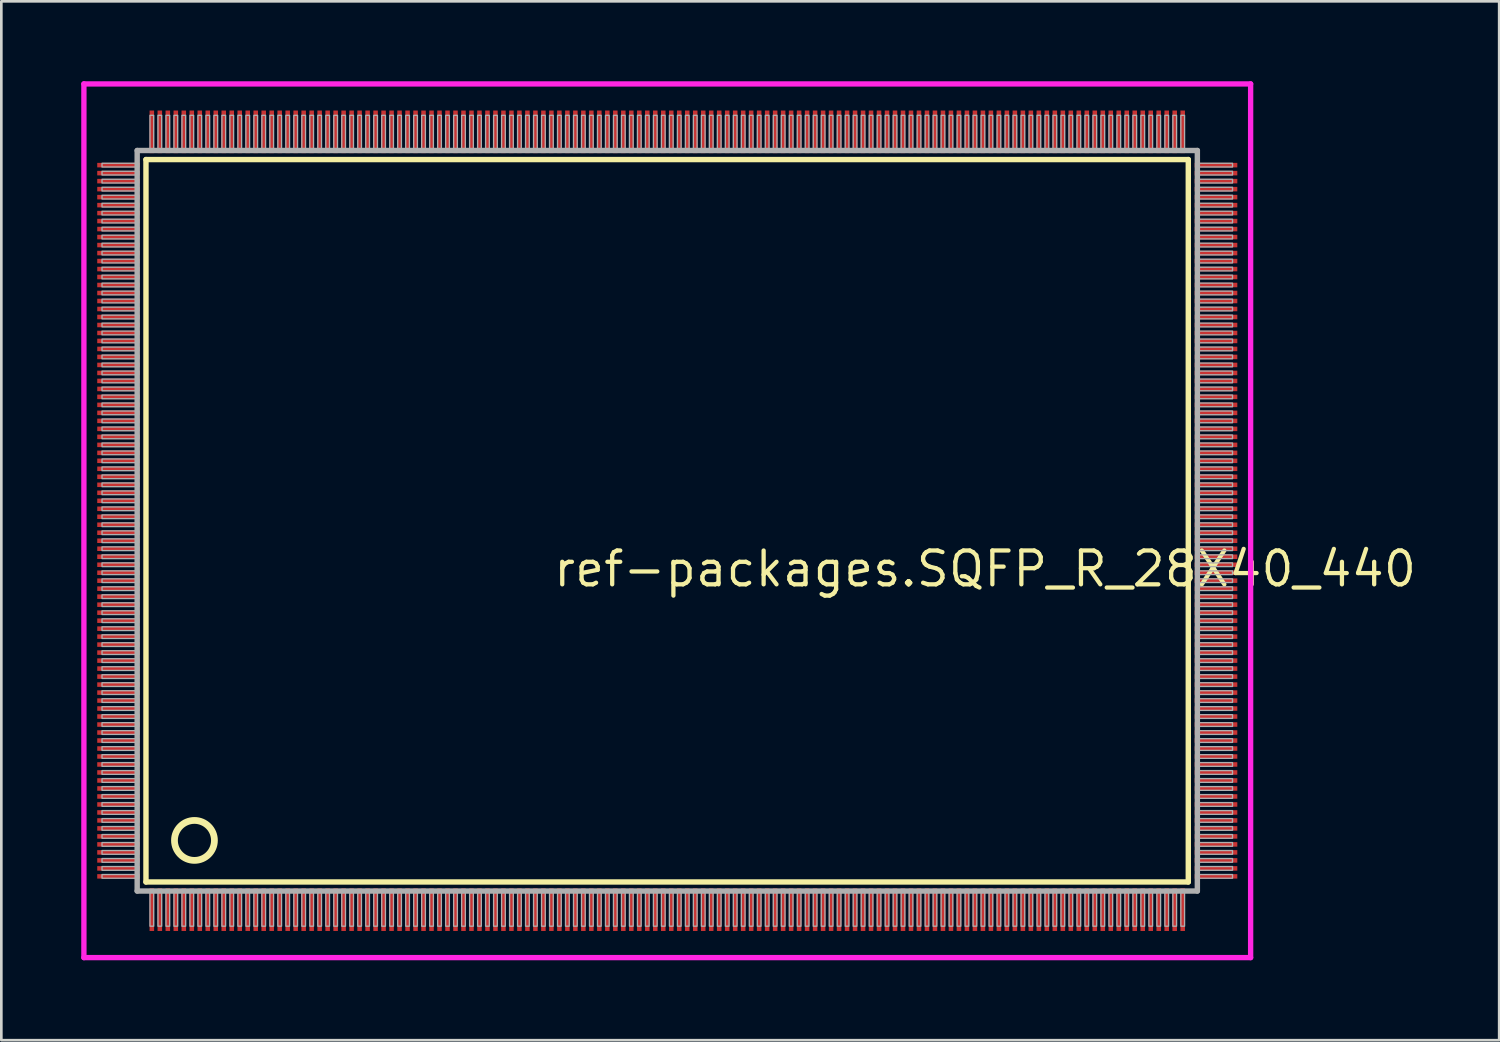
<source format=kicad_pcb>
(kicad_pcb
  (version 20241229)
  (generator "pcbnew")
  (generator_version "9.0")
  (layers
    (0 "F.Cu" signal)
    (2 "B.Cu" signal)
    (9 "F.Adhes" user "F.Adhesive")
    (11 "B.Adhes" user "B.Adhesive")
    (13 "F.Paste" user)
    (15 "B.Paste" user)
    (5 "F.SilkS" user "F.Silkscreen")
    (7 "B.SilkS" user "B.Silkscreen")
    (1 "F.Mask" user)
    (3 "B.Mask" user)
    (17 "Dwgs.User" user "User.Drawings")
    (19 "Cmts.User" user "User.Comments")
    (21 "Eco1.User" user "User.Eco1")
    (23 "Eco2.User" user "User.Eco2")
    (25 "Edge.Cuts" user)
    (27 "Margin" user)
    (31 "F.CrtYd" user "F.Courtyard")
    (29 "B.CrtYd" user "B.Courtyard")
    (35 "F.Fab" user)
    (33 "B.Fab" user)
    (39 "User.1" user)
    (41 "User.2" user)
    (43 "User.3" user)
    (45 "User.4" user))
  (footprint "ref-packages.SQFP_R_28X40_440"
    (layer "F.Cu")
    (at 22 16.5)
    (property "Reference" "ref-packages.SQFP_R_28X40_440" (at -4.35 2.55 0) (layer "F.SilkS") (effects (font (size 1.27 1.27) (thickness 0.16)) (justify left bottom)))
    (attr smd)
    (fp_line (start -19.57 -13.56) (end 19.56 -13.56) (stroke (width 0.203) (type default)) (layer "F.SilkS"))
    (fp_line (start -19.57 13.56) (end -19.57 -13.56) (stroke (width 0.203) (type default)) (layer "F.SilkS"))
    (fp_line (start 19.56 -13.56) (end 19.56 13.56) (stroke (width 0.203) (type default)) (layer "F.SilkS"))
    (fp_line (start 19.56 13.56) (end -19.57 13.56) (stroke (width 0.203) (type default)) (layer "F.SilkS"))
    (fp_circle (center -17.75 12) (end -17 12) (stroke (width 0.254) (type default)) (fill no) (layer "F.SilkS"))
    (fp_line (start -21.9 -16.4) (end 21.9 -16.4) (stroke (width 0.2) (type default)) (layer "F.CrtYd"))
    (fp_line (start -21.9 16.4) (end -21.9 -16.4) (stroke (width 0.2) (type default)) (layer "F.CrtYd"))
    (fp_line (start 21.9 -16.4) (end 21.9 16.4) (stroke (width 0.2) (type default)) (layer "F.CrtYd"))
    (fp_line (start 21.9 16.4) (end -21.9 16.4) (stroke (width 0.2) (type default)) (layer "F.CrtYd"))
    (fp_line (start -19.9 -13.9) (end -19.9 13.9) (stroke (width 0.203) (type default)) (layer "F.Fab"))
    (fp_line (start -19.9 13.9) (end 19.9 13.9) (stroke (width 0.203) (type default)) (layer "F.Fab"))
    (fp_line (start 19.9 -13.9) (end -19.9 -13.9) (stroke (width 0.203) (type default)) (layer "F.Fab"))
    (fp_line (start 19.9 13.9) (end 19.9 -13.9) (stroke (width 0.203) (type default)) (layer "F.Fab"))
    (fp_rect (start -21.22 -13.28) (end -19.95 -13.42) (stroke (width 0.05) (type default)) (fill no) (layer "F.Fab"))
    (fp_rect (start -21.22 -12.98) (end -19.95 -13.12) (stroke (width 0.05) (type default)) (fill no) (layer "F.Fab"))
    (fp_rect (start -21.22 -12.68) (end -19.95 -12.82) (stroke (width 0.05) (type default)) (fill no) (layer "F.Fab"))
    (fp_rect (start -21.22 -12.38) (end -19.95 -12.52) (stroke (width 0.05) (type default)) (fill no) (layer "F.Fab"))
    (fp_rect (start -21.22 -12.08) (end -19.95 -12.22) (stroke (width 0.05) (type default)) (fill no) (layer "F.Fab"))
    (fp_rect (start -21.22 -11.78) (end -19.95 -11.92) (stroke (width 0.05) (type default)) (fill no) (layer "F.Fab"))
    (fp_rect (start -21.22 -11.48) (end -19.95 -11.62) (stroke (width 0.05) (type default)) (fill no) (layer "F.Fab"))
    (fp_rect (start -21.22 -11.18) (end -19.95 -11.32) (stroke (width 0.05) (type default)) (fill no) (layer "F.Fab"))
    (fp_rect (start -21.22 -10.88) (end -19.95 -11.02) (stroke (width 0.05) (type default)) (fill no) (layer "F.Fab"))
    (fp_rect (start -21.22 -10.58) (end -19.95 -10.72) (stroke (width 0.05) (type default)) (fill no) (layer "F.Fab"))
    (fp_rect (start -21.22 -10.28) (end -19.95 -10.42) (stroke (width 0.05) (type default)) (fill no) (layer "F.Fab"))
    (fp_rect (start -21.22 -9.98) (end -19.95 -10.12) (stroke (width 0.05) (type default)) (fill no) (layer "F.Fab"))
    (fp_rect (start -21.22 -9.68) (end -19.95 -9.82) (stroke (width 0.05) (type default)) (fill no) (layer "F.Fab"))
    (fp_rect (start -21.22 -9.38) (end -19.95 -9.52) (stroke (width 0.05) (type default)) (fill no) (layer "F.Fab"))
    (fp_rect (start -21.22 -9.08) (end -19.95 -9.22) (stroke (width 0.05) (type default)) (fill no) (layer "F.Fab"))
    (fp_rect (start -21.22 -8.78) (end -19.95 -8.92) (stroke (width 0.05) (type default)) (fill no) (layer "F.Fab"))
    (fp_rect (start -21.22 -8.48) (end -19.95 -8.62) (stroke (width 0.05) (type default)) (fill no) (layer "F.Fab"))
    (fp_rect (start -21.22 -8.18) (end -19.95 -8.32) (stroke (width 0.05) (type default)) (fill no) (layer "F.Fab"))
    (fp_rect (start -21.22 -7.88) (end -19.95 -8.02) (stroke (width 0.05) (type default)) (fill no) (layer "F.Fab"))
    (fp_rect (start -21.22 -7.58) (end -19.95 -7.72) (stroke (width 0.05) (type default)) (fill no) (layer "F.Fab"))
    (fp_rect (start -21.22 -7.28) (end -19.95 -7.42) (stroke (width 0.05) (type default)) (fill no) (layer "F.Fab"))
    (fp_rect (start -21.22 -6.98) (end -19.95 -7.12) (stroke (width 0.05) (type default)) (fill no) (layer "F.Fab"))
    (fp_rect (start -21.22 -6.68) (end -19.95 -6.82) (stroke (width 0.05) (type default)) (fill no) (layer "F.Fab"))
    (fp_rect (start -21.22 -6.38) (end -19.95 -6.52) (stroke (width 0.05) (type default)) (fill no) (layer "F.Fab"))
    (fp_rect (start -21.22 -6.08) (end -19.95 -6.22) (stroke (width 0.05) (type default)) (fill no) (layer "F.Fab"))
    (fp_rect (start -21.22 -5.78) (end -19.95 -5.92) (stroke (width 0.05) (type default)) (fill no) (layer "F.Fab"))
    (fp_rect (start -21.22 -5.48) (end -19.95 -5.62) (stroke (width 0.05) (type default)) (fill no) (layer "F.Fab"))
    (fp_rect (start -21.22 -5.18) (end -19.95 -5.32) (stroke (width 0.05) (type default)) (fill no) (layer "F.Fab"))
    (fp_rect (start -21.22 -4.88) (end -19.95 -5.02) (stroke (width 0.05) (type default)) (fill no) (layer "F.Fab"))
    (fp_rect (start -21.22 -4.58) (end -19.95 -4.72) (stroke (width 0.05) (type default)) (fill no) (layer "F.Fab"))
    (fp_rect (start -21.22 -4.28) (end -19.95 -4.42) (stroke (width 0.05) (type default)) (fill no) (layer "F.Fab"))
    (fp_rect (start -21.22 -3.98) (end -19.95 -4.12) (stroke (width 0.05) (type default)) (fill no) (layer "F.Fab"))
    (fp_rect (start -21.22 -3.68) (end -19.95 -3.82) (stroke (width 0.05) (type default)) (fill no) (layer "F.Fab"))
    (fp_rect (start -21.22 -3.38) (end -19.95 -3.52) (stroke (width 0.05) (type default)) (fill no) (layer "F.Fab"))
    (fp_rect (start -21.22 -3.08) (end -19.95 -3.22) (stroke (width 0.05) (type default)) (fill no) (layer "F.Fab"))
    (fp_rect (start -21.22 -2.78) (end -19.95 -2.92) (stroke (width 0.05) (type default)) (fill no) (layer "F.Fab"))
    (fp_rect (start -21.22 -2.48) (end -19.95 -2.62) (stroke (width 0.05) (type default)) (fill no) (layer "F.Fab"))
    (fp_rect (start -21.22 -2.18) (end -19.95 -2.32) (stroke (width 0.05) (type default)) (fill no) (layer "F.Fab"))
    (fp_rect (start -21.22 -1.88) (end -19.95 -2.02) (stroke (width 0.05) (type default)) (fill no) (layer "F.Fab"))
    (fp_rect (start -21.22 -1.58) (end -19.95 -1.72) (stroke (width 0.05) (type default)) (fill no) (layer "F.Fab"))
    (fp_rect (start -21.22 -1.28) (end -19.95 -1.42) (stroke (width 0.05) (type default)) (fill no) (layer "F.Fab"))
    (fp_rect (start -21.22 -0.98) (end -19.95 -1.12) (stroke (width 0.05) (type default)) (fill no) (layer "F.Fab"))
    (fp_rect (start -21.22 -0.68) (end -19.95 -0.82) (stroke (width 0.05) (type default)) (fill no) (layer "F.Fab"))
    (fp_rect (start -21.22 -0.38) (end -19.95 -0.52) (stroke (width 0.05) (type default)) (fill no) (layer "F.Fab"))
    (fp_rect (start -21.22 -0.08) (end -19.95 -0.22) (stroke (width 0.05) (type default)) (fill no) (layer "F.Fab"))
    (fp_rect (start -21.22 0.22) (end -19.95 0.08) (stroke (width 0.05) (type default)) (fill no) (layer "F.Fab"))
    (fp_rect (start -21.22 0.52) (end -19.95 0.38) (stroke (width 0.05) (type default)) (fill no) (layer "F.Fab"))
    (fp_rect (start -21.22 0.82) (end -19.95 0.68) (stroke (width 0.05) (type default)) (fill no) (layer "F.Fab"))
    (fp_rect (start -21.22 1.12) (end -19.95 0.98) (stroke (width 0.05) (type default)) (fill no) (layer "F.Fab"))
    (fp_rect (start -21.22 1.42) (end -19.95 1.28) (stroke (width 0.05) (type default)) (fill no) (layer "F.Fab"))
    (fp_rect (start -21.22 1.72) (end -19.95 1.58) (stroke (width 0.05) (type default)) (fill no) (layer "F.Fab"))
    (fp_rect (start -21.22 2.02) (end -19.95 1.88) (stroke (width 0.05) (type default)) (fill no) (layer "F.Fab"))
    (fp_rect (start -21.22 2.32) (end -19.95 2.18) (stroke (width 0.05) (type default)) (fill no) (layer "F.Fab"))
    (fp_rect (start -21.22 2.62) (end -19.95 2.48) (stroke (width 0.05) (type default)) (fill no) (layer "F.Fab"))
    (fp_rect (start -21.22 2.92) (end -19.95 2.78) (stroke (width 0.05) (type default)) (fill no) (layer "F.Fab"))
    (fp_rect (start -21.22 3.22) (end -19.95 3.08) (stroke (width 0.05) (type default)) (fill no) (layer "F.Fab"))
    (fp_rect (start -21.22 3.52) (end -19.95 3.38) (stroke (width 0.05) (type default)) (fill no) (layer "F.Fab"))
    (fp_rect (start -21.22 3.82) (end -19.95 3.68) (stroke (width 0.05) (type default)) (fill no) (layer "F.Fab"))
    (fp_rect (start -21.22 4.12) (end -19.95 3.98) (stroke (width 0.05) (type default)) (fill no) (layer "F.Fab"))
    (fp_rect (start -21.22 4.42) (end -19.95 4.28) (stroke (width 0.05) (type default)) (fill no) (layer "F.Fab"))
    (fp_rect (start -21.22 4.72) (end -19.95 4.58) (stroke (width 0.05) (type default)) (fill no) (layer "F.Fab"))
    (fp_rect (start -21.22 5.02) (end -19.95 4.88) (stroke (width 0.05) (type default)) (fill no) (layer "F.Fab"))
    (fp_rect (start -21.22 5.32) (end -19.95 5.18) (stroke (width 0.05) (type default)) (fill no) (layer "F.Fab"))
    (fp_rect (start -21.22 5.62) (end -19.95 5.48) (stroke (width 0.05) (type default)) (fill no) (layer "F.Fab"))
    (fp_rect (start -21.22 5.92) (end -19.95 5.78) (stroke (width 0.05) (type default)) (fill no) (layer "F.Fab"))
    (fp_rect (start -21.22 6.22) (end -19.95 6.08) (stroke (width 0.05) (type default)) (fill no) (layer "F.Fab"))
    (fp_rect (start -21.22 6.52) (end -19.95 6.38) (stroke (width 0.05) (type default)) (fill no) (layer "F.Fab"))
    (fp_rect (start -21.22 6.82) (end -19.95 6.68) (stroke (width 0.05) (type default)) (fill no) (layer "F.Fab"))
    (fp_rect (start -21.22 7.12) (end -19.95 6.98) (stroke (width 0.05) (type default)) (fill no) (layer "F.Fab"))
    (fp_rect (start -21.22 7.42) (end -19.95 7.28) (stroke (width 0.05) (type default)) (fill no) (layer "F.Fab"))
    (fp_rect (start -21.22 7.72) (end -19.95 7.58) (stroke (width 0.05) (type default)) (fill no) (layer "F.Fab"))
    (fp_rect (start -21.22 8.02) (end -19.95 7.88) (stroke (width 0.05) (type default)) (fill no) (layer "F.Fab"))
    (fp_rect (start -21.22 8.32) (end -19.95 8.18) (stroke (width 0.05) (type default)) (fill no) (layer "F.Fab"))
    (fp_rect (start -21.22 8.62) (end -19.95 8.48) (stroke (width 0.05) (type default)) (fill no) (layer "F.Fab"))
    (fp_rect (start -21.22 8.92) (end -19.95 8.78) (stroke (width 0.05) (type default)) (fill no) (layer "F.Fab"))
    (fp_rect (start -21.22 9.22) (end -19.95 9.08) (stroke (width 0.05) (type default)) (fill no) (layer "F.Fab"))
    (fp_rect (start -21.22 9.52) (end -19.95 9.38) (stroke (width 0.05) (type default)) (fill no) (layer "F.Fab"))
    (fp_rect (start -21.22 9.82) (end -19.95 9.68) (stroke (width 0.05) (type default)) (fill no) (layer "F.Fab"))
    (fp_rect (start -21.22 10.12) (end -19.95 9.98) (stroke (width 0.05) (type default)) (fill no) (layer "F.Fab"))
    (fp_rect (start -21.22 10.42) (end -19.95 10.28) (stroke (width 0.05) (type default)) (fill no) (layer "F.Fab"))
    (fp_rect (start -21.22 10.72) (end -19.95 10.58) (stroke (width 0.05) (type default)) (fill no) (layer "F.Fab"))
    (fp_rect (start -21.22 11.02) (end -19.95 10.88) (stroke (width 0.05) (type default)) (fill no) (layer "F.Fab"))
    (fp_rect (start -21.22 11.32) (end -19.95 11.18) (stroke (width 0.05) (type default)) (fill no) (layer "F.Fab"))
    (fp_rect (start -21.22 11.62) (end -19.95 11.48) (stroke (width 0.05) (type default)) (fill no) (layer "F.Fab"))
    (fp_rect (start -21.22 11.92) (end -19.95 11.78) (stroke (width 0.05) (type default)) (fill no) (layer "F.Fab"))
    (fp_rect (start -21.22 12.22) (end -19.95 12.08) (stroke (width 0.05) (type default)) (fill no) (layer "F.Fab"))
    (fp_rect (start -21.22 12.52) (end -19.95 12.38) (stroke (width 0.05) (type default)) (fill no) (layer "F.Fab"))
    (fp_rect (start -21.22 12.82) (end -19.95 12.68) (stroke (width 0.05) (type default)) (fill no) (layer "F.Fab"))
    (fp_rect (start -21.22 13.12) (end -19.95 12.98) (stroke (width 0.05) (type default)) (fill no) (layer "F.Fab"))
    (fp_rect (start -21.22 13.42) (end -19.95 13.28) (stroke (width 0.05) (type default)) (fill no) (layer "F.Fab"))
    (fp_rect (start -19.42 -13.95) (end -19.28 -15.22) (stroke (width 0.05) (type default)) (fill no) (layer "F.Fab"))
    (fp_rect (start -19.42 15.22) (end -19.28 13.95) (stroke (width 0.05) (type default)) (fill no) (layer "F.Fab"))
    (fp_rect (start -19.12 -13.95) (end -18.98 -15.22) (stroke (width 0.05) (type default)) (fill no) (layer "F.Fab"))
    (fp_rect (start -19.12 15.22) (end -18.98 13.95) (stroke (width 0.05) (type default)) (fill no) (layer "F.Fab"))
    (fp_rect (start -18.82 -13.95) (end -18.68 -15.22) (stroke (width 0.05) (type default)) (fill no) (layer "F.Fab"))
    (fp_rect (start -18.82 15.22) (end -18.68 13.95) (stroke (width 0.05) (type default)) (fill no) (layer "F.Fab"))
    (fp_rect (start -18.52 -13.95) (end -18.38 -15.22) (stroke (width 0.05) (type default)) (fill no) (layer "F.Fab"))
    (fp_rect (start -18.52 15.22) (end -18.38 13.95) (stroke (width 0.05) (type default)) (fill no) (layer "F.Fab"))
    (fp_rect (start -18.22 -13.95) (end -18.08 -15.22) (stroke (width 0.05) (type default)) (fill no) (layer "F.Fab"))
    (fp_rect (start -18.22 15.22) (end -18.08 13.95) (stroke (width 0.05) (type default)) (fill no) (layer "F.Fab"))
    (fp_rect (start -17.92 -13.95) (end -17.78 -15.22) (stroke (width 0.05) (type default)) (fill no) (layer "F.Fab"))
    (fp_rect (start -17.92 15.22) (end -17.78 13.95) (stroke (width 0.05) (type default)) (fill no) (layer "F.Fab"))
    (fp_rect (start -17.62 -13.95) (end -17.48 -15.22) (stroke (width 0.05) (type default)) (fill no) (layer "F.Fab"))
    (fp_rect (start -17.62 15.22) (end -17.48 13.95) (stroke (width 0.05) (type default)) (fill no) (layer "F.Fab"))
    (fp_rect (start -17.32 -13.95) (end -17.18 -15.22) (stroke (width 0.05) (type default)) (fill no) (layer "F.Fab"))
    (fp_rect (start -17.32 15.22) (end -17.18 13.95) (stroke (width 0.05) (type default)) (fill no) (layer "F.Fab"))
    (fp_rect (start -17.02 -13.95) (end -16.88 -15.22) (stroke (width 0.05) (type default)) (fill no) (layer "F.Fab"))
    (fp_rect (start -17.02 15.22) (end -16.88 13.95) (stroke (width 0.05) (type default)) (fill no) (layer "F.Fab"))
    (fp_rect (start -16.72 -13.95) (end -16.58 -15.22) (stroke (width 0.05) (type default)) (fill no) (layer "F.Fab"))
    (fp_rect (start -16.72 15.22) (end -16.58 13.95) (stroke (width 0.05) (type default)) (fill no) (layer "F.Fab"))
    (fp_rect (start -16.42 -13.95) (end -16.28 -15.22) (stroke (width 0.05) (type default)) (fill no) (layer "F.Fab"))
    (fp_rect (start -16.42 15.22) (end -16.28 13.95) (stroke (width 0.05) (type default)) (fill no) (layer "F.Fab"))
    (fp_rect (start -16.12 -13.95) (end -15.98 -15.22) (stroke (width 0.05) (type default)) (fill no) (layer "F.Fab"))
    (fp_rect (start -16.12 15.22) (end -15.98 13.95) (stroke (width 0.05) (type default)) (fill no) (layer "F.Fab"))
    (fp_rect (start -15.82 -13.95) (end -15.68 -15.22) (stroke (width 0.05) (type default)) (fill no) (layer "F.Fab"))
    (fp_rect (start -15.82 15.22) (end -15.68 13.95) (stroke (width 0.05) (type default)) (fill no) (layer "F.Fab"))
    (fp_rect (start -15.52 -13.95) (end -15.38 -15.22) (stroke (width 0.05) (type default)) (fill no) (layer "F.Fab"))
    (fp_rect (start -15.52 15.22) (end -15.38 13.95) (stroke (width 0.05) (type default)) (fill no) (layer "F.Fab"))
    (fp_rect (start -15.22 -13.95) (end -15.08 -15.22) (stroke (width 0.05) (type default)) (fill no) (layer "F.Fab"))
    (fp_rect (start -15.22 15.22) (end -15.08 13.95) (stroke (width 0.05) (type default)) (fill no) (layer "F.Fab"))
    (fp_rect (start -14.92 -13.95) (end -14.78 -15.22) (stroke (width 0.05) (type default)) (fill no) (layer "F.Fab"))
    (fp_rect (start -14.92 15.22) (end -14.78 13.95) (stroke (width 0.05) (type default)) (fill no) (layer "F.Fab"))
    (fp_rect (start -14.62 -13.95) (end -14.48 -15.22) (stroke (width 0.05) (type default)) (fill no) (layer "F.Fab"))
    (fp_rect (start -14.62 15.22) (end -14.48 13.95) (stroke (width 0.05) (type default)) (fill no) (layer "F.Fab"))
    (fp_rect (start -14.32 -13.95) (end -14.18 -15.22) (stroke (width 0.05) (type default)) (fill no) (layer "F.Fab"))
    (fp_rect (start -14.32 15.22) (end -14.18 13.95) (stroke (width 0.05) (type default)) (fill no) (layer "F.Fab"))
    (fp_rect (start -14.02 -13.95) (end -13.88 -15.22) (stroke (width 0.05) (type default)) (fill no) (layer "F.Fab"))
    (fp_rect (start -14.02 15.22) (end -13.88 13.95) (stroke (width 0.05) (type default)) (fill no) (layer "F.Fab"))
    (fp_rect (start -13.72 -13.95) (end -13.58 -15.22) (stroke (width 0.05) (type default)) (fill no) (layer "F.Fab"))
    (fp_rect (start -13.72 15.22) (end -13.58 13.95) (stroke (width 0.05) (type default)) (fill no) (layer "F.Fab"))
    (fp_rect (start -13.42 -13.95) (end -13.28 -15.22) (stroke (width 0.05) (type default)) (fill no) (layer "F.Fab"))
    (fp_rect (start -13.42 15.22) (end -13.28 13.95) (stroke (width 0.05) (type default)) (fill no) (layer "F.Fab"))
    (fp_rect (start -13.12 -13.95) (end -12.98 -15.22) (stroke (width 0.05) (type default)) (fill no) (layer "F.Fab"))
    (fp_rect (start -13.12 15.22) (end -12.98 13.95) (stroke (width 0.05) (type default)) (fill no) (layer "F.Fab"))
    (fp_rect (start -12.82 -13.95) (end -12.68 -15.22) (stroke (width 0.05) (type default)) (fill no) (layer "F.Fab"))
    (fp_rect (start -12.82 15.22) (end -12.68 13.95) (stroke (width 0.05) (type default)) (fill no) (layer "F.Fab"))
    (fp_rect (start -12.52 -13.95) (end -12.38 -15.22) (stroke (width 0.05) (type default)) (fill no) (layer "F.Fab"))
    (fp_rect (start -12.52 15.22) (end -12.38 13.95) (stroke (width 0.05) (type default)) (fill no) (layer "F.Fab"))
    (fp_rect (start -12.22 -13.95) (end -12.08 -15.22) (stroke (width 0.05) (type default)) (fill no) (layer "F.Fab"))
    (fp_rect (start -12.22 15.22) (end -12.08 13.95) (stroke (width 0.05) (type default)) (fill no) (layer "F.Fab"))
    (fp_rect (start -11.92 -13.95) (end -11.78 -15.22) (stroke (width 0.05) (type default)) (fill no) (layer "F.Fab"))
    (fp_rect (start -11.92 15.22) (end -11.78 13.95) (stroke (width 0.05) (type default)) (fill no) (layer "F.Fab"))
    (fp_rect (start -11.62 -13.95) (end -11.48 -15.22) (stroke (width 0.05) (type default)) (fill no) (layer "F.Fab"))
    (fp_rect (start -11.62 15.22) (end -11.48 13.95) (stroke (width 0.05) (type default)) (fill no) (layer "F.Fab"))
    (fp_rect (start -11.32 -13.95) (end -11.18 -15.22) (stroke (width 0.05) (type default)) (fill no) (layer "F.Fab"))
    (fp_rect (start -11.32 15.22) (end -11.18 13.95) (stroke (width 0.05) (type default)) (fill no) (layer "F.Fab"))
    (fp_rect (start -11.02 -13.95) (end -10.88 -15.22) (stroke (width 0.05) (type default)) (fill no) (layer "F.Fab"))
    (fp_rect (start -11.02 15.22) (end -10.88 13.95) (stroke (width 0.05) (type default)) (fill no) (layer "F.Fab"))
    (fp_rect (start -10.72 -13.95) (end -10.58 -15.22) (stroke (width 0.05) (type default)) (fill no) (layer "F.Fab"))
    (fp_rect (start -10.72 15.22) (end -10.58 13.95) (stroke (width 0.05) (type default)) (fill no) (layer "F.Fab"))
    (fp_rect (start -10.42 -13.95) (end -10.28 -15.22) (stroke (width 0.05) (type default)) (fill no) (layer "F.Fab"))
    (fp_rect (start -10.42 15.22) (end -10.28 13.95) (stroke (width 0.05) (type default)) (fill no) (layer "F.Fab"))
    (fp_rect (start -10.12 -13.95) (end -9.98 -15.22) (stroke (width 0.05) (type default)) (fill no) (layer "F.Fab"))
    (fp_rect (start -10.12 15.22) (end -9.98 13.95) (stroke (width 0.05) (type default)) (fill no) (layer "F.Fab"))
    (fp_rect (start -9.82 -13.95) (end -9.68 -15.22) (stroke (width 0.05) (type default)) (fill no) (layer "F.Fab"))
    (fp_rect (start -9.82 15.22) (end -9.68 13.95) (stroke (width 0.05) (type default)) (fill no) (layer "F.Fab"))
    (fp_rect (start -9.52 -13.95) (end -9.38 -15.22) (stroke (width 0.05) (type default)) (fill no) (layer "F.Fab"))
    (fp_rect (start -9.52 15.22) (end -9.38 13.95) (stroke (width 0.05) (type default)) (fill no) (layer "F.Fab"))
    (fp_rect (start -9.22 -13.95) (end -9.08 -15.22) (stroke (width 0.05) (type default)) (fill no) (layer "F.Fab"))
    (fp_rect (start -9.22 15.22) (end -9.08 13.95) (stroke (width 0.05) (type default)) (fill no) (layer "F.Fab"))
    (fp_rect (start -8.92 -13.95) (end -8.78 -15.22) (stroke (width 0.05) (type default)) (fill no) (layer "F.Fab"))
    (fp_rect (start -8.92 15.22) (end -8.78 13.95) (stroke (width 0.05) (type default)) (fill no) (layer "F.Fab"))
    (fp_rect (start -8.62 -13.95) (end -8.48 -15.22) (stroke (width 0.05) (type default)) (fill no) (layer "F.Fab"))
    (fp_rect (start -8.62 15.22) (end -8.48 13.95) (stroke (width 0.05) (type default)) (fill no) (layer "F.Fab"))
    (fp_rect (start -8.32 -13.95) (end -8.18 -15.22) (stroke (width 0.05) (type default)) (fill no) (layer "F.Fab"))
    (fp_rect (start -8.32 15.22) (end -8.18 13.95) (stroke (width 0.05) (type default)) (fill no) (layer "F.Fab"))
    (fp_rect (start -8.02 -13.95) (end -7.88 -15.22) (stroke (width 0.05) (type default)) (fill no) (layer "F.Fab"))
    (fp_rect (start -8.02 15.22) (end -7.88 13.95) (stroke (width 0.05) (type default)) (fill no) (layer "F.Fab"))
    (fp_rect (start -7.72 -13.95) (end -7.58 -15.22) (stroke (width 0.05) (type default)) (fill no) (layer "F.Fab"))
    (fp_rect (start -7.72 15.22) (end -7.58 13.95) (stroke (width 0.05) (type default)) (fill no) (layer "F.Fab"))
    (fp_rect (start -7.42 -13.95) (end -7.28 -15.22) (stroke (width 0.05) (type default)) (fill no) (layer "F.Fab"))
    (fp_rect (start -7.42 15.22) (end -7.28 13.95) (stroke (width 0.05) (type default)) (fill no) (layer "F.Fab"))
    (fp_rect (start -7.12 -13.95) (end -6.98 -15.22) (stroke (width 0.05) (type default)) (fill no) (layer "F.Fab"))
    (fp_rect (start -7.12 15.22) (end -6.98 13.95) (stroke (width 0.05) (type default)) (fill no) (layer "F.Fab"))
    (fp_rect (start -6.82 -13.95) (end -6.68 -15.22) (stroke (width 0.05) (type default)) (fill no) (layer "F.Fab"))
    (fp_rect (start -6.82 15.22) (end -6.68 13.95) (stroke (width 0.05) (type default)) (fill no) (layer "F.Fab"))
    (fp_rect (start -6.52 -13.95) (end -6.38 -15.22) (stroke (width 0.05) (type default)) (fill no) (layer "F.Fab"))
    (fp_rect (start -6.52 15.22) (end -6.38 13.95) (stroke (width 0.05) (type default)) (fill no) (layer "F.Fab"))
    (fp_rect (start -6.22 -13.95) (end -6.08 -15.22) (stroke (width 0.05) (type default)) (fill no) (layer "F.Fab"))
    (fp_rect (start -6.22 15.22) (end -6.08 13.95) (stroke (width 0.05) (type default)) (fill no) (layer "F.Fab"))
    (fp_rect (start -5.92 -13.95) (end -5.78 -15.22) (stroke (width 0.05) (type default)) (fill no) (layer "F.Fab"))
    (fp_rect (start -5.92 15.22) (end -5.78 13.95) (stroke (width 0.05) (type default)) (fill no) (layer "F.Fab"))
    (fp_rect (start -5.62 -13.95) (end -5.48 -15.22) (stroke (width 0.05) (type default)) (fill no) (layer "F.Fab"))
    (fp_rect (start -5.62 15.22) (end -5.48 13.95) (stroke (width 0.05) (type default)) (fill no) (layer "F.Fab"))
    (fp_rect (start -5.32 -13.95) (end -5.18 -15.22) (stroke (width 0.05) (type default)) (fill no) (layer "F.Fab"))
    (fp_rect (start -5.32 15.22) (end -5.18 13.95) (stroke (width 0.05) (type default)) (fill no) (layer "F.Fab"))
    (fp_rect (start -5.02 -13.95) (end -4.88 -15.22) (stroke (width 0.05) (type default)) (fill no) (layer "F.Fab"))
    (fp_rect (start -5.02 15.22) (end -4.88 13.95) (stroke (width 0.05) (type default)) (fill no) (layer "F.Fab"))
    (fp_rect (start -4.72 -13.95) (end -4.58 -15.22) (stroke (width 0.05) (type default)) (fill no) (layer "F.Fab"))
    (fp_rect (start -4.72 15.22) (end -4.58 13.95) (stroke (width 0.05) (type default)) (fill no) (layer "F.Fab"))
    (fp_rect (start -4.42 -13.95) (end -4.28 -15.22) (stroke (width 0.05) (type default)) (fill no) (layer "F.Fab"))
    (fp_rect (start -4.42 15.22) (end -4.28 13.95) (stroke (width 0.05) (type default)) (fill no) (layer "F.Fab"))
    (fp_rect (start -4.12 -13.95) (end -3.98 -15.22) (stroke (width 0.05) (type default)) (fill no) (layer "F.Fab"))
    (fp_rect (start -4.12 15.22) (end -3.98 13.95) (stroke (width 0.05) (type default)) (fill no) (layer "F.Fab"))
    (fp_rect (start -3.82 -13.95) (end -3.68 -15.22) (stroke (width 0.05) (type default)) (fill no) (layer "F.Fab"))
    (fp_rect (start -3.82 15.22) (end -3.68 13.95) (stroke (width 0.05) (type default)) (fill no) (layer "F.Fab"))
    (fp_rect (start -3.52 -13.95) (end -3.38 -15.22) (stroke (width 0.05) (type default)) (fill no) (layer "F.Fab"))
    (fp_rect (start -3.52 15.22) (end -3.38 13.95) (stroke (width 0.05) (type default)) (fill no) (layer "F.Fab"))
    (fp_rect (start -3.22 -13.95) (end -3.08 -15.22) (stroke (width 0.05) (type default)) (fill no) (layer "F.Fab"))
    (fp_rect (start -3.22 15.22) (end -3.08 13.95) (stroke (width 0.05) (type default)) (fill no) (layer "F.Fab"))
    (fp_rect (start -2.92 -13.95) (end -2.78 -15.22) (stroke (width 0.05) (type default)) (fill no) (layer "F.Fab"))
    (fp_rect (start -2.92 15.22) (end -2.78 13.95) (stroke (width 0.05) (type default)) (fill no) (layer "F.Fab"))
    (fp_rect (start -2.62 -13.95) (end -2.48 -15.22) (stroke (width 0.05) (type default)) (fill no) (layer "F.Fab"))
    (fp_rect (start -2.62 15.22) (end -2.48 13.95) (stroke (width 0.05) (type default)) (fill no) (layer "F.Fab"))
    (fp_rect (start -2.32 -13.95) (end -2.18 -15.22) (stroke (width 0.05) (type default)) (fill no) (layer "F.Fab"))
    (fp_rect (start -2.32 15.22) (end -2.18 13.95) (stroke (width 0.05) (type default)) (fill no) (layer "F.Fab"))
    (fp_rect (start -2.02 -13.95) (end -1.88 -15.22) (stroke (width 0.05) (type default)) (fill no) (layer "F.Fab"))
    (fp_rect (start -2.02 15.22) (end -1.88 13.95) (stroke (width 0.05) (type default)) (fill no) (layer "F.Fab"))
    (fp_rect (start -1.72 -13.95) (end -1.58 -15.22) (stroke (width 0.05) (type default)) (fill no) (layer "F.Fab"))
    (fp_rect (start -1.72 15.22) (end -1.58 13.95) (stroke (width 0.05) (type default)) (fill no) (layer "F.Fab"))
    (fp_rect (start -1.42 -13.95) (end -1.28 -15.22) (stroke (width 0.05) (type default)) (fill no) (layer "F.Fab"))
    (fp_rect (start -1.42 15.22) (end -1.28 13.95) (stroke (width 0.05) (type default)) (fill no) (layer "F.Fab"))
    (fp_rect (start -1.12 -13.95) (end -0.98 -15.22) (stroke (width 0.05) (type default)) (fill no) (layer "F.Fab"))
    (fp_rect (start -1.12 15.22) (end -0.98 13.95) (stroke (width 0.05) (type default)) (fill no) (layer "F.Fab"))
    (fp_rect (start -0.82 -13.95) (end -0.68 -15.22) (stroke (width 0.05) (type default)) (fill no) (layer "F.Fab"))
    (fp_rect (start -0.82 15.22) (end -0.68 13.95) (stroke (width 0.05) (type default)) (fill no) (layer "F.Fab"))
    (fp_rect (start -0.52 -13.95) (end -0.38 -15.22) (stroke (width 0.05) (type default)) (fill no) (layer "F.Fab"))
    (fp_rect (start -0.52 15.22) (end -0.38 13.95) (stroke (width 0.05) (type default)) (fill no) (layer "F.Fab"))
    (fp_rect (start -0.22 -13.95) (end -0.08 -15.22) (stroke (width 0.05) (type default)) (fill no) (layer "F.Fab"))
    (fp_rect (start -0.22 15.22) (end -0.08 13.95) (stroke (width 0.05) (type default)) (fill no) (layer "F.Fab"))
    (fp_rect (start 0.08 -13.95) (end 0.22 -15.22) (stroke (width 0.05) (type default)) (fill no) (layer "F.Fab"))
    (fp_rect (start 0.08 15.22) (end 0.22 13.95) (stroke (width 0.05) (type default)) (fill no) (layer "F.Fab"))
    (fp_rect (start 0.38 -13.95) (end 0.52 -15.22) (stroke (width 0.05) (type default)) (fill no) (layer "F.Fab"))
    (fp_rect (start 0.38 15.22) (end 0.52 13.95) (stroke (width 0.05) (type default)) (fill no) (layer "F.Fab"))
    (fp_rect (start 0.68 -13.95) (end 0.82 -15.22) (stroke (width 0.05) (type default)) (fill no) (layer "F.Fab"))
    (fp_rect (start 0.68 15.22) (end 0.82 13.95) (stroke (width 0.05) (type default)) (fill no) (layer "F.Fab"))
    (fp_rect (start 0.98 -13.95) (end 1.12 -15.22) (stroke (width 0.05) (type default)) (fill no) (layer "F.Fab"))
    (fp_rect (start 0.98 15.22) (end 1.12 13.95) (stroke (width 0.05) (type default)) (fill no) (layer "F.Fab"))
    (fp_rect (start 1.28 -13.95) (end 1.42 -15.22) (stroke (width 0.05) (type default)) (fill no) (layer "F.Fab"))
    (fp_rect (start 1.28 15.22) (end 1.42 13.95) (stroke (width 0.05) (type default)) (fill no) (layer "F.Fab"))
    (fp_rect (start 1.58 -13.95) (end 1.72 -15.22) (stroke (width 0.05) (type default)) (fill no) (layer "F.Fab"))
    (fp_rect (start 1.58 15.22) (end 1.72 13.95) (stroke (width 0.05) (type default)) (fill no) (layer "F.Fab"))
    (fp_rect (start 1.88 -13.95) (end 2.02 -15.22) (stroke (width 0.05) (type default)) (fill no) (layer "F.Fab"))
    (fp_rect (start 1.88 15.22) (end 2.02 13.95) (stroke (width 0.05) (type default)) (fill no) (layer "F.Fab"))
    (fp_rect (start 2.18 -13.95) (end 2.32 -15.22) (stroke (width 0.05) (type default)) (fill no) (layer "F.Fab"))
    (fp_rect (start 2.18 15.22) (end 2.32 13.95) (stroke (width 0.05) (type default)) (fill no) (layer "F.Fab"))
    (fp_rect (start 2.48 -13.95) (end 2.62 -15.22) (stroke (width 0.05) (type default)) (fill no) (layer "F.Fab"))
    (fp_rect (start 2.48 15.22) (end 2.62 13.95) (stroke (width 0.05) (type default)) (fill no) (layer "F.Fab"))
    (fp_rect (start 2.78 -13.95) (end 2.92 -15.22) (stroke (width 0.05) (type default)) (fill no) (layer "F.Fab"))
    (fp_rect (start 2.78 15.22) (end 2.92 13.95) (stroke (width 0.05) (type default)) (fill no) (layer "F.Fab"))
    (fp_rect (start 3.08 -13.95) (end 3.22 -15.22) (stroke (width 0.05) (type default)) (fill no) (layer "F.Fab"))
    (fp_rect (start 3.08 15.22) (end 3.22 13.95) (stroke (width 0.05) (type default)) (fill no) (layer "F.Fab"))
    (fp_rect (start 3.38 -13.95) (end 3.52 -15.22) (stroke (width 0.05) (type default)) (fill no) (layer "F.Fab"))
    (fp_rect (start 3.38 15.22) (end 3.52 13.95) (stroke (width 0.05) (type default)) (fill no) (layer "F.Fab"))
    (fp_rect (start 3.68 -13.95) (end 3.82 -15.22) (stroke (width 0.05) (type default)) (fill no) (layer "F.Fab"))
    (fp_rect (start 3.68 15.22) (end 3.82 13.95) (stroke (width 0.05) (type default)) (fill no) (layer "F.Fab"))
    (fp_rect (start 3.98 -13.95) (end 4.12 -15.22) (stroke (width 0.05) (type default)) (fill no) (layer "F.Fab"))
    (fp_rect (start 3.98 15.22) (end 4.12 13.95) (stroke (width 0.05) (type default)) (fill no) (layer "F.Fab"))
    (fp_rect (start 4.28 -13.95) (end 4.42 -15.22) (stroke (width 0.05) (type default)) (fill no) (layer "F.Fab"))
    (fp_rect (start 4.28 15.22) (end 4.42 13.95) (stroke (width 0.05) (type default)) (fill no) (layer "F.Fab"))
    (fp_rect (start 4.58 -13.95) (end 4.72 -15.22) (stroke (width 0.05) (type default)) (fill no) (layer "F.Fab"))
    (fp_rect (start 4.58 15.22) (end 4.72 13.95) (stroke (width 0.05) (type default)) (fill no) (layer "F.Fab"))
    (fp_rect (start 4.88 -13.95) (end 5.02 -15.22) (stroke (width 0.05) (type default)) (fill no) (layer "F.Fab"))
    (fp_rect (start 4.88 15.22) (end 5.02 13.95) (stroke (width 0.05) (type default)) (fill no) (layer "F.Fab"))
    (fp_rect (start 5.18 -13.95) (end 5.32 -15.22) (stroke (width 0.05) (type default)) (fill no) (layer "F.Fab"))
    (fp_rect (start 5.18 15.22) (end 5.32 13.95) (stroke (width 0.05) (type default)) (fill no) (layer "F.Fab"))
    (fp_rect (start 5.48 -13.95) (end 5.62 -15.22) (stroke (width 0.05) (type default)) (fill no) (layer "F.Fab"))
    (fp_rect (start 5.48 15.22) (end 5.62 13.95) (stroke (width 0.05) (type default)) (fill no) (layer "F.Fab"))
    (fp_rect (start 5.78 -13.95) (end 5.92 -15.22) (stroke (width 0.05) (type default)) (fill no) (layer "F.Fab"))
    (fp_rect (start 5.78 15.22) (end 5.92 13.95) (stroke (width 0.05) (type default)) (fill no) (layer "F.Fab"))
    (fp_rect (start 6.08 -13.95) (end 6.22 -15.22) (stroke (width 0.05) (type default)) (fill no) (layer "F.Fab"))
    (fp_rect (start 6.08 15.22) (end 6.22 13.95) (stroke (width 0.05) (type default)) (fill no) (layer "F.Fab"))
    (fp_rect (start 6.38 -13.95) (end 6.52 -15.22) (stroke (width 0.05) (type default)) (fill no) (layer "F.Fab"))
    (fp_rect (start 6.38 15.22) (end 6.52 13.95) (stroke (width 0.05) (type default)) (fill no) (layer "F.Fab"))
    (fp_rect (start 6.68 -13.95) (end 6.82 -15.22) (stroke (width 0.05) (type default)) (fill no) (layer "F.Fab"))
    (fp_rect (start 6.68 15.22) (end 6.82 13.95) (stroke (width 0.05) (type default)) (fill no) (layer "F.Fab"))
    (fp_rect (start 6.98 -13.95) (end 7.12 -15.22) (stroke (width 0.05) (type default)) (fill no) (layer "F.Fab"))
    (fp_rect (start 6.98 15.22) (end 7.12 13.95) (stroke (width 0.05) (type default)) (fill no) (layer "F.Fab"))
    (fp_rect (start 7.28 -13.95) (end 7.42 -15.22) (stroke (width 0.05) (type default)) (fill no) (layer "F.Fab"))
    (fp_rect (start 7.28 15.22) (end 7.42 13.95) (stroke (width 0.05) (type default)) (fill no) (layer "F.Fab"))
    (fp_rect (start 7.58 -13.95) (end 7.72 -15.22) (stroke (width 0.05) (type default)) (fill no) (layer "F.Fab"))
    (fp_rect (start 7.58 15.22) (end 7.72 13.95) (stroke (width 0.05) (type default)) (fill no) (layer "F.Fab"))
    (fp_rect (start 7.88 -13.95) (end 8.02 -15.22) (stroke (width 0.05) (type default)) (fill no) (layer "F.Fab"))
    (fp_rect (start 7.88 15.22) (end 8.02 13.95) (stroke (width 0.05) (type default)) (fill no) (layer "F.Fab"))
    (fp_rect (start 8.18 -13.95) (end 8.32 -15.22) (stroke (width 0.05) (type default)) (fill no) (layer "F.Fab"))
    (fp_rect (start 8.18 15.22) (end 8.32 13.95) (stroke (width 0.05) (type default)) (fill no) (layer "F.Fab"))
    (fp_rect (start 8.48 -13.95) (end 8.62 -15.22) (stroke (width 0.05) (type default)) (fill no) (layer "F.Fab"))
    (fp_rect (start 8.48 15.22) (end 8.62 13.95) (stroke (width 0.05) (type default)) (fill no) (layer "F.Fab"))
    (fp_rect (start 8.78 -13.95) (end 8.92 -15.22) (stroke (width 0.05) (type default)) (fill no) (layer "F.Fab"))
    (fp_rect (start 8.78 15.22) (end 8.92 13.95) (stroke (width 0.05) (type default)) (fill no) (layer "F.Fab"))
    (fp_rect (start 9.08 -13.95) (end 9.22 -15.22) (stroke (width 0.05) (type default)) (fill no) (layer "F.Fab"))
    (fp_rect (start 9.08 15.22) (end 9.22 13.95) (stroke (width 0.05) (type default)) (fill no) (layer "F.Fab"))
    (fp_rect (start 9.38 -13.95) (end 9.52 -15.22) (stroke (width 0.05) (type default)) (fill no) (layer "F.Fab"))
    (fp_rect (start 9.38 15.22) (end 9.52 13.95) (stroke (width 0.05) (type default)) (fill no) (layer "F.Fab"))
    (fp_rect (start 9.68 -13.95) (end 9.82 -15.22) (stroke (width 0.05) (type default)) (fill no) (layer "F.Fab"))
    (fp_rect (start 9.68 15.22) (end 9.82 13.95) (stroke (width 0.05) (type default)) (fill no) (layer "F.Fab"))
    (fp_rect (start 9.98 -13.95) (end 10.12 -15.22) (stroke (width 0.05) (type default)) (fill no) (layer "F.Fab"))
    (fp_rect (start 9.98 15.22) (end 10.12 13.95) (stroke (width 0.05) (type default)) (fill no) (layer "F.Fab"))
    (fp_rect (start 10.28 -13.95) (end 10.42 -15.22) (stroke (width 0.05) (type default)) (fill no) (layer "F.Fab"))
    (fp_rect (start 10.28 15.22) (end 10.42 13.95) (stroke (width 0.05) (type default)) (fill no) (layer "F.Fab"))
    (fp_rect (start 10.58 -13.95) (end 10.72 -15.22) (stroke (width 0.05) (type default)) (fill no) (layer "F.Fab"))
    (fp_rect (start 10.58 15.22) (end 10.72 13.95) (stroke (width 0.05) (type default)) (fill no) (layer "F.Fab"))
    (fp_rect (start 10.88 -13.95) (end 11.02 -15.22) (stroke (width 0.05) (type default)) (fill no) (layer "F.Fab"))
    (fp_rect (start 10.88 15.22) (end 11.02 13.95) (stroke (width 0.05) (type default)) (fill no) (layer "F.Fab"))
    (fp_rect (start 11.18 -13.95) (end 11.32 -15.22) (stroke (width 0.05) (type default)) (fill no) (layer "F.Fab"))
    (fp_rect (start 11.18 15.22) (end 11.32 13.95) (stroke (width 0.05) (type default)) (fill no) (layer "F.Fab"))
    (fp_rect (start 11.48 -13.95) (end 11.62 -15.22) (stroke (width 0.05) (type default)) (fill no) (layer "F.Fab"))
    (fp_rect (start 11.48 15.22) (end 11.62 13.95) (stroke (width 0.05) (type default)) (fill no) (layer "F.Fab"))
    (fp_rect (start 11.78 -13.95) (end 11.92 -15.22) (stroke (width 0.05) (type default)) (fill no) (layer "F.Fab"))
    (fp_rect (start 11.78 15.22) (end 11.92 13.95) (stroke (width 0.05) (type default)) (fill no) (layer "F.Fab"))
    (fp_rect (start 12.08 -13.95) (end 12.22 -15.22) (stroke (width 0.05) (type default)) (fill no) (layer "F.Fab"))
    (fp_rect (start 12.08 15.22) (end 12.22 13.95) (stroke (width 0.05) (type default)) (fill no) (layer "F.Fab"))
    (fp_rect (start 12.38 -13.95) (end 12.52 -15.22) (stroke (width 0.05) (type default)) (fill no) (layer "F.Fab"))
    (fp_rect (start 12.38 15.22) (end 12.52 13.95) (stroke (width 0.05) (type default)) (fill no) (layer "F.Fab"))
    (fp_rect (start 12.68 -13.95) (end 12.82 -15.22) (stroke (width 0.05) (type default)) (fill no) (layer "F.Fab"))
    (fp_rect (start 12.68 15.22) (end 12.82 13.95) (stroke (width 0.05) (type default)) (fill no) (layer "F.Fab"))
    (fp_rect (start 12.98 -13.95) (end 13.12 -15.22) (stroke (width 0.05) (type default)) (fill no) (layer "F.Fab"))
    (fp_rect (start 12.98 15.22) (end 13.12 13.95) (stroke (width 0.05) (type default)) (fill no) (layer "F.Fab"))
    (fp_rect (start 13.28 -13.95) (end 13.42 -15.22) (stroke (width 0.05) (type default)) (fill no) (layer "F.Fab"))
    (fp_rect (start 13.28 15.22) (end 13.42 13.95) (stroke (width 0.05) (type default)) (fill no) (layer "F.Fab"))
    (fp_rect (start 13.58 -13.95) (end 13.72 -15.22) (stroke (width 0.05) (type default)) (fill no) (layer "F.Fab"))
    (fp_rect (start 13.58 15.22) (end 13.72 13.95) (stroke (width 0.05) (type default)) (fill no) (layer "F.Fab"))
    (fp_rect (start 13.88 -13.95) (end 14.02 -15.22) (stroke (width 0.05) (type default)) (fill no) (layer "F.Fab"))
    (fp_rect (start 13.88 15.22) (end 14.02 13.95) (stroke (width 0.05) (type default)) (fill no) (layer "F.Fab"))
    (fp_rect (start 14.18 -13.95) (end 14.32 -15.22) (stroke (width 0.05) (type default)) (fill no) (layer "F.Fab"))
    (fp_rect (start 14.18 15.22) (end 14.32 13.95) (stroke (width 0.05) (type default)) (fill no) (layer "F.Fab"))
    (fp_rect (start 14.48 -13.95) (end 14.62 -15.22) (stroke (width 0.05) (type default)) (fill no) (layer "F.Fab"))
    (fp_rect (start 14.48 15.22) (end 14.62 13.95) (stroke (width 0.05) (type default)) (fill no) (layer "F.Fab"))
    (fp_rect (start 14.78 -13.95) (end 14.92 -15.22) (stroke (width 0.05) (type default)) (fill no) (layer "F.Fab"))
    (fp_rect (start 14.78 15.22) (end 14.92 13.95) (stroke (width 0.05) (type default)) (fill no) (layer "F.Fab"))
    (fp_rect (start 15.08 -13.95) (end 15.22 -15.22) (stroke (width 0.05) (type default)) (fill no) (layer "F.Fab"))
    (fp_rect (start 15.08 15.22) (end 15.22 13.95) (stroke (width 0.05) (type default)) (fill no) (layer "F.Fab"))
    (fp_rect (start 15.38 -13.95) (end 15.52 -15.22) (stroke (width 0.05) (type default)) (fill no) (layer "F.Fab"))
    (fp_rect (start 15.38 15.22) (end 15.52 13.95) (stroke (width 0.05) (type default)) (fill no) (layer "F.Fab"))
    (fp_rect (start 15.68 -13.95) (end 15.82 -15.22) (stroke (width 0.05) (type default)) (fill no) (layer "F.Fab"))
    (fp_rect (start 15.68 15.22) (end 15.82 13.95) (stroke (width 0.05) (type default)) (fill no) (layer "F.Fab"))
    (fp_rect (start 15.98 -13.95) (end 16.12 -15.22) (stroke (width 0.05) (type default)) (fill no) (layer "F.Fab"))
    (fp_rect (start 15.98 15.22) (end 16.12 13.95) (stroke (width 0.05) (type default)) (fill no) (layer "F.Fab"))
    (fp_rect (start 16.28 -13.95) (end 16.42 -15.22) (stroke (width 0.05) (type default)) (fill no) (layer "F.Fab"))
    (fp_rect (start 16.28 15.22) (end 16.42 13.95) (stroke (width 0.05) (type default)) (fill no) (layer "F.Fab"))
    (fp_rect (start 16.58 -13.95) (end 16.72 -15.22) (stroke (width 0.05) (type default)) (fill no) (layer "F.Fab"))
    (fp_rect (start 16.58 15.22) (end 16.72 13.95) (stroke (width 0.05) (type default)) (fill no) (layer "F.Fab"))
    (fp_rect (start 16.88 -13.95) (end 17.02 -15.22) (stroke (width 0.05) (type default)) (fill no) (layer "F.Fab"))
    (fp_rect (start 16.88 15.22) (end 17.02 13.95) (stroke (width 0.05) (type default)) (fill no) (layer "F.Fab"))
    (fp_rect (start 17.18 -13.95) (end 17.32 -15.22) (stroke (width 0.05) (type default)) (fill no) (layer "F.Fab"))
    (fp_rect (start 17.18 15.22) (end 17.32 13.95) (stroke (width 0.05) (type default)) (fill no) (layer "F.Fab"))
    (fp_rect (start 17.48 -13.95) (end 17.62 -15.22) (stroke (width 0.05) (type default)) (fill no) (layer "F.Fab"))
    (fp_rect (start 17.48 15.22) (end 17.62 13.95) (stroke (width 0.05) (type default)) (fill no) (layer "F.Fab"))
    (fp_rect (start 17.78 -13.95) (end 17.92 -15.22) (stroke (width 0.05) (type default)) (fill no) (layer "F.Fab"))
    (fp_rect (start 17.78 15.22) (end 17.92 13.95) (stroke (width 0.05) (type default)) (fill no) (layer "F.Fab"))
    (fp_rect (start 18.08 -13.95) (end 18.22 -15.22) (stroke (width 0.05) (type default)) (fill no) (layer "F.Fab"))
    (fp_rect (start 18.08 15.22) (end 18.22 13.95) (stroke (width 0.05) (type default)) (fill no) (layer "F.Fab"))
    (fp_rect (start 18.38 -13.95) (end 18.52 -15.22) (stroke (width 0.05) (type default)) (fill no) (layer "F.Fab"))
    (fp_rect (start 18.38 15.22) (end 18.52 13.95) (stroke (width 0.05) (type default)) (fill no) (layer "F.Fab"))
    (fp_rect (start 18.68 -13.95) (end 18.82 -15.22) (stroke (width 0.05) (type default)) (fill no) (layer "F.Fab"))
    (fp_rect (start 18.68 15.22) (end 18.82 13.95) (stroke (width 0.05) (type default)) (fill no) (layer "F.Fab"))
    (fp_rect (start 18.98 -13.95) (end 19.12 -15.22) (stroke (width 0.05) (type default)) (fill no) (layer "F.Fab"))
    (fp_rect (start 18.98 15.22) (end 19.12 13.95) (stroke (width 0.05) (type default)) (fill no) (layer "F.Fab"))
    (fp_rect (start 19.28 -13.95) (end 19.42 -15.22) (stroke (width 0.05) (type default)) (fill no) (layer "F.Fab"))
    (fp_rect (start 19.28 15.22) (end 19.42 13.95) (stroke (width 0.05) (type default)) (fill no) (layer "F.Fab"))
    (fp_rect (start 19.95 -13.28) (end 21.22 -13.42) (stroke (width 0.05) (type default)) (fill no) (layer "F.Fab"))
    (fp_rect (start 19.95 -12.98) (end 21.22 -13.12) (stroke (width 0.05) (type default)) (fill no) (layer "F.Fab"))
    (fp_rect (start 19.95 -12.68) (end 21.22 -12.82) (stroke (width 0.05) (type default)) (fill no) (layer "F.Fab"))
    (fp_rect (start 19.95 -12.38) (end 21.22 -12.52) (stroke (width 0.05) (type default)) (fill no) (layer "F.Fab"))
    (fp_rect (start 19.95 -12.08) (end 21.22 -12.22) (stroke (width 0.05) (type default)) (fill no) (layer "F.Fab"))
    (fp_rect (start 19.95 -11.78) (end 21.22 -11.92) (stroke (width 0.05) (type default)) (fill no) (layer "F.Fab"))
    (fp_rect (start 19.95 -11.48) (end 21.22 -11.62) (stroke (width 0.05) (type default)) (fill no) (layer "F.Fab"))
    (fp_rect (start 19.95 -11.18) (end 21.22 -11.32) (stroke (width 0.05) (type default)) (fill no) (layer "F.Fab"))
    (fp_rect (start 19.95 -10.88) (end 21.22 -11.02) (stroke (width 0.05) (type default)) (fill no) (layer "F.Fab"))
    (fp_rect (start 19.95 -10.58) (end 21.22 -10.72) (stroke (width 0.05) (type default)) (fill no) (layer "F.Fab"))
    (fp_rect (start 19.95 -10.28) (end 21.22 -10.42) (stroke (width 0.05) (type default)) (fill no) (layer "F.Fab"))
    (fp_rect (start 19.95 -9.98) (end 21.22 -10.12) (stroke (width 0.05) (type default)) (fill no) (layer "F.Fab"))
    (fp_rect (start 19.95 -9.68) (end 21.22 -9.82) (stroke (width 0.05) (type default)) (fill no) (layer "F.Fab"))
    (fp_rect (start 19.95 -9.38) (end 21.22 -9.52) (stroke (width 0.05) (type default)) (fill no) (layer "F.Fab"))
    (fp_rect (start 19.95 -9.08) (end 21.22 -9.22) (stroke (width 0.05) (type default)) (fill no) (layer "F.Fab"))
    (fp_rect (start 19.95 -8.78) (end 21.22 -8.92) (stroke (width 0.05) (type default)) (fill no) (layer "F.Fab"))
    (fp_rect (start 19.95 -8.48) (end 21.22 -8.62) (stroke (width 0.05) (type default)) (fill no) (layer "F.Fab"))
    (fp_rect (start 19.95 -8.18) (end 21.22 -8.32) (stroke (width 0.05) (type default)) (fill no) (layer "F.Fab"))
    (fp_rect (start 19.95 -7.88) (end 21.22 -8.02) (stroke (width 0.05) (type default)) (fill no) (layer "F.Fab"))
    (fp_rect (start 19.95 -7.58) (end 21.22 -7.72) (stroke (width 0.05) (type default)) (fill no) (layer "F.Fab"))
    (fp_rect (start 19.95 -7.28) (end 21.22 -7.42) (stroke (width 0.05) (type default)) (fill no) (layer "F.Fab"))
    (fp_rect (start 19.95 -6.98) (end 21.22 -7.12) (stroke (width 0.05) (type default)) (fill no) (layer "F.Fab"))
    (fp_rect (start 19.95 -6.68) (end 21.22 -6.82) (stroke (width 0.05) (type default)) (fill no) (layer "F.Fab"))
    (fp_rect (start 19.95 -6.38) (end 21.22 -6.52) (stroke (width 0.05) (type default)) (fill no) (layer "F.Fab"))
    (fp_rect (start 19.95 -6.08) (end 21.22 -6.22) (stroke (width 0.05) (type default)) (fill no) (layer "F.Fab"))
    (fp_rect (start 19.95 -5.78) (end 21.22 -5.92) (stroke (width 0.05) (type default)) (fill no) (layer "F.Fab"))
    (fp_rect (start 19.95 -5.48) (end 21.22 -5.62) (stroke (width 0.05) (type default)) (fill no) (layer "F.Fab"))
    (fp_rect (start 19.95 -5.18) (end 21.22 -5.32) (stroke (width 0.05) (type default)) (fill no) (layer "F.Fab"))
    (fp_rect (start 19.95 -4.88) (end 21.22 -5.02) (stroke (width 0.05) (type default)) (fill no) (layer "F.Fab"))
    (fp_rect (start 19.95 -4.58) (end 21.22 -4.72) (stroke (width 0.05) (type default)) (fill no) (layer "F.Fab"))
    (fp_rect (start 19.95 -4.28) (end 21.22 -4.42) (stroke (width 0.05) (type default)) (fill no) (layer "F.Fab"))
    (fp_rect (start 19.95 -3.98) (end 21.22 -4.12) (stroke (width 0.05) (type default)) (fill no) (layer "F.Fab"))
    (fp_rect (start 19.95 -3.68) (end 21.22 -3.82) (stroke (width 0.05) (type default)) (fill no) (layer "F.Fab"))
    (fp_rect (start 19.95 -3.38) (end 21.22 -3.52) (stroke (width 0.05) (type default)) (fill no) (layer "F.Fab"))
    (fp_rect (start 19.95 -3.08) (end 21.22 -3.22) (stroke (width 0.05) (type default)) (fill no) (layer "F.Fab"))
    (fp_rect (start 19.95 -2.78) (end 21.22 -2.92) (stroke (width 0.05) (type default)) (fill no) (layer "F.Fab"))
    (fp_rect (start 19.95 -2.48) (end 21.22 -2.62) (stroke (width 0.05) (type default)) (fill no) (layer "F.Fab"))
    (fp_rect (start 19.95 -2.18) (end 21.22 -2.32) (stroke (width 0.05) (type default)) (fill no) (layer "F.Fab"))
    (fp_rect (start 19.95 -1.88) (end 21.22 -2.02) (stroke (width 0.05) (type default)) (fill no) (layer "F.Fab"))
    (fp_rect (start 19.95 -1.58) (end 21.22 -1.72) (stroke (width 0.05) (type default)) (fill no) (layer "F.Fab"))
    (fp_rect (start 19.95 -1.28) (end 21.22 -1.42) (stroke (width 0.05) (type default)) (fill no) (layer "F.Fab"))
    (fp_rect (start 19.95 -0.98) (end 21.22 -1.12) (stroke (width 0.05) (type default)) (fill no) (layer "F.Fab"))
    (fp_rect (start 19.95 -0.68) (end 21.22 -0.82) (stroke (width 0.05) (type default)) (fill no) (layer "F.Fab"))
    (fp_rect (start 19.95 -0.38) (end 21.22 -0.52) (stroke (width 0.05) (type default)) (fill no) (layer "F.Fab"))
    (fp_rect (start 19.95 -0.08) (end 21.22 -0.22) (stroke (width 0.05) (type default)) (fill no) (layer "F.Fab"))
    (fp_rect (start 19.95 0.22) (end 21.22 0.08) (stroke (width 0.05) (type default)) (fill no) (layer "F.Fab"))
    (fp_rect (start 19.95 0.52) (end 21.22 0.38) (stroke (width 0.05) (type default)) (fill no) (layer "F.Fab"))
    (fp_rect (start 19.95 0.82) (end 21.22 0.68) (stroke (width 0.05) (type default)) (fill no) (layer "F.Fab"))
    (fp_rect (start 19.95 1.12) (end 21.22 0.98) (stroke (width 0.05) (type default)) (fill no) (layer "F.Fab"))
    (fp_rect (start 19.95 1.42) (end 21.22 1.28) (stroke (width 0.05) (type default)) (fill no) (layer "F.Fab"))
    (fp_rect (start 19.95 1.72) (end 21.22 1.58) (stroke (width 0.05) (type default)) (fill no) (layer "F.Fab"))
    (fp_rect (start 19.95 2.02) (end 21.22 1.88) (stroke (width 0.05) (type default)) (fill no) (layer "F.Fab"))
    (fp_rect (start 19.95 2.32) (end 21.22 2.18) (stroke (width 0.05) (type default)) (fill no) (layer "F.Fab"))
    (fp_rect (start 19.95 2.62) (end 21.22 2.48) (stroke (width 0.05) (type default)) (fill no) (layer "F.Fab"))
    (fp_rect (start 19.95 2.92) (end 21.22 2.78) (stroke (width 0.05) (type default)) (fill no) (layer "F.Fab"))
    (fp_rect (start 19.95 3.22) (end 21.22 3.08) (stroke (width 0.05) (type default)) (fill no) (layer "F.Fab"))
    (fp_rect (start 19.95 3.52) (end 21.22 3.38) (stroke (width 0.05) (type default)) (fill no) (layer "F.Fab"))
    (fp_rect (start 19.95 3.82) (end 21.22 3.68) (stroke (width 0.05) (type default)) (fill no) (layer "F.Fab"))
    (fp_rect (start 19.95 4.12) (end 21.22 3.98) (stroke (width 0.05) (type default)) (fill no) (layer "F.Fab"))
    (fp_rect (start 19.95 4.42) (end 21.22 4.28) (stroke (width 0.05) (type default)) (fill no) (layer "F.Fab"))
    (fp_rect (start 19.95 4.72) (end 21.22 4.58) (stroke (width 0.05) (type default)) (fill no) (layer "F.Fab"))
    (fp_rect (start 19.95 5.02) (end 21.22 4.88) (stroke (width 0.05) (type default)) (fill no) (layer "F.Fab"))
    (fp_rect (start 19.95 5.32) (end 21.22 5.18) (stroke (width 0.05) (type default)) (fill no) (layer "F.Fab"))
    (fp_rect (start 19.95 5.62) (end 21.22 5.48) (stroke (width 0.05) (type default)) (fill no) (layer "F.Fab"))
    (fp_rect (start 19.95 5.92) (end 21.22 5.78) (stroke (width 0.05) (type default)) (fill no) (layer "F.Fab"))
    (fp_rect (start 19.95 6.22) (end 21.22 6.08) (stroke (width 0.05) (type default)) (fill no) (layer "F.Fab"))
    (fp_rect (start 19.95 6.52) (end 21.22 6.38) (stroke (width 0.05) (type default)) (fill no) (layer "F.Fab"))
    (fp_rect (start 19.95 6.82) (end 21.22 6.68) (stroke (width 0.05) (type default)) (fill no) (layer "F.Fab"))
    (fp_rect (start 19.95 7.12) (end 21.22 6.98) (stroke (width 0.05) (type default)) (fill no) (layer "F.Fab"))
    (fp_rect (start 19.95 7.42) (end 21.22 7.28) (stroke (width 0.05) (type default)) (fill no) (layer "F.Fab"))
    (fp_rect (start 19.95 7.72) (end 21.22 7.58) (stroke (width 0.05) (type default)) (fill no) (layer "F.Fab"))
    (fp_rect (start 19.95 8.02) (end 21.22 7.88) (stroke (width 0.05) (type default)) (fill no) (layer "F.Fab"))
    (fp_rect (start 19.95 8.32) (end 21.22 8.18) (stroke (width 0.05) (type default)) (fill no) (layer "F.Fab"))
    (fp_rect (start 19.95 8.62) (end 21.22 8.48) (stroke (width 0.05) (type default)) (fill no) (layer "F.Fab"))
    (fp_rect (start 19.95 8.92) (end 21.22 8.78) (stroke (width 0.05) (type default)) (fill no) (layer "F.Fab"))
    (fp_rect (start 19.95 9.22) (end 21.22 9.08) (stroke (width 0.05) (type default)) (fill no) (layer "F.Fab"))
    (fp_rect (start 19.95 9.52) (end 21.22 9.38) (stroke (width 0.05) (type default)) (fill no) (layer "F.Fab"))
    (fp_rect (start 19.95 9.82) (end 21.22 9.68) (stroke (width 0.05) (type default)) (fill no) (layer "F.Fab"))
    (fp_rect (start 19.95 10.12) (end 21.22 9.98) (stroke (width 0.05) (type default)) (fill no) (layer "F.Fab"))
    (fp_rect (start 19.95 10.42) (end 21.22 10.28) (stroke (width 0.05) (type default)) (fill no) (layer "F.Fab"))
    (fp_rect (start 19.95 10.72) (end 21.22 10.58) (stroke (width 0.05) (type default)) (fill no) (layer "F.Fab"))
    (fp_rect (start 19.95 11.02) (end 21.22 10.88) (stroke (width 0.05) (type default)) (fill no) (layer "F.Fab"))
    (fp_rect (start 19.95 11.32) (end 21.22 11.18) (stroke (width 0.05) (type default)) (fill no) (layer "F.Fab"))
    (fp_rect (start 19.95 11.62) (end 21.22 11.48) (stroke (width 0.05) (type default)) (fill no) (layer "F.Fab"))
    (fp_rect (start 19.95 11.92) (end 21.22 11.78) (stroke (width 0.05) (type default)) (fill no) (layer "F.Fab"))
    (fp_rect (start 19.95 12.22) (end 21.22 12.08) (stroke (width 0.05) (type default)) (fill no) (layer "F.Fab"))
    (fp_rect (start 19.95 12.52) (end 21.22 12.38) (stroke (width 0.05) (type default)) (fill no) (layer "F.Fab"))
    (fp_rect (start 19.95 12.82) (end 21.22 12.68) (stroke (width 0.05) (type default)) (fill no) (layer "F.Fab"))
    (fp_rect (start 19.95 13.12) (end 21.22 12.98) (stroke (width 0.05) (type default)) (fill no) (layer "F.Fab"))
    (fp_rect (start 19.95 13.42) (end 21.22 13.28) (stroke (width 0.05) (type default)) (fill no) (layer "F.Fab"))
    (pad "1" smd roundrect (at -19.35 14.6) (size 0.17 1.6) (layers "F.Cu" "F.Mask" "F.Paste") (roundrect_rratio 0.01))
    (pad "2" smd roundrect (at -19.05 14.6) (size 0.17 1.6) (layers "F.Cu" "F.Mask" "F.Paste") (roundrect_rratio 0.01))
    (pad "3" smd roundrect (at -18.75 14.6) (size 0.17 1.6) (layers "F.Cu" "F.Mask" "F.Paste") (roundrect_rratio 0.01))
    (pad "4" smd roundrect (at -18.45 14.6) (size 0.17 1.6) (layers "F.Cu" "F.Mask" "F.Paste") (roundrect_rratio 0.01))
    (pad "5" smd roundrect (at -18.15 14.6) (size 0.17 1.6) (layers "F.Cu" "F.Mask" "F.Paste") (roundrect_rratio 0.01))
    (pad "6" smd roundrect (at -17.85 14.6) (size 0.17 1.6) (layers "F.Cu" "F.Mask" "F.Paste") (roundrect_rratio 0.01))
    (pad "7" smd roundrect (at -17.55 14.6) (size 0.17 1.6) (layers "F.Cu" "F.Mask" "F.Paste") (roundrect_rratio 0.01))
    (pad "8" smd roundrect (at -17.25 14.6) (size 0.17 1.6) (layers "F.Cu" "F.Mask" "F.Paste") (roundrect_rratio 0.01))
    (pad "9" smd roundrect (at -16.95 14.6) (size 0.17 1.6) (layers "F.Cu" "F.Mask" "F.Paste") (roundrect_rratio 0.01))
    (pad "10" smd roundrect (at -16.65 14.6) (size 0.17 1.6) (layers "F.Cu" "F.Mask" "F.Paste") (roundrect_rratio 0.01))
    (pad "11" smd roundrect (at -16.35 14.6) (size 0.17 1.6) (layers "F.Cu" "F.Mask" "F.Paste") (roundrect_rratio 0.01))
    (pad "12" smd roundrect (at -16.05 14.6) (size 0.17 1.6) (layers "F.Cu" "F.Mask" "F.Paste") (roundrect_rratio 0.01))
    (pad "13" smd roundrect (at -15.75 14.6) (size 0.17 1.6) (layers "F.Cu" "F.Mask" "F.Paste") (roundrect_rratio 0.01))
    (pad "14" smd roundrect (at -15.45 14.6) (size 0.17 1.6) (layers "F.Cu" "F.Mask" "F.Paste") (roundrect_rratio 0.01))
    (pad "15" smd roundrect (at -15.15 14.6) (size 0.17 1.6) (layers "F.Cu" "F.Mask" "F.Paste") (roundrect_rratio 0.01))
    (pad "16" smd roundrect (at -14.85 14.6) (size 0.17 1.6) (layers "F.Cu" "F.Mask" "F.Paste") (roundrect_rratio 0.01))
    (pad "17" smd roundrect (at -14.55 14.6) (size 0.17 1.6) (layers "F.Cu" "F.Mask" "F.Paste") (roundrect_rratio 0.01))
    (pad "18" smd roundrect (at -14.25 14.6) (size 0.17 1.6) (layers "F.Cu" "F.Mask" "F.Paste") (roundrect_rratio 0.01))
    (pad "19" smd roundrect (at -13.95 14.6) (size 0.17 1.6) (layers "F.Cu" "F.Mask" "F.Paste") (roundrect_rratio 0.01))
    (pad "20" smd roundrect (at -13.65 14.6) (size 0.17 1.6) (layers "F.Cu" "F.Mask" "F.Paste") (roundrect_rratio 0.01))
    (pad "21" smd roundrect (at -13.35 14.6) (size 0.17 1.6) (layers "F.Cu" "F.Mask" "F.Paste") (roundrect_rratio 0.01))
    (pad "22" smd roundrect (at -13.05 14.6) (size 0.17 1.6) (layers "F.Cu" "F.Mask" "F.Paste") (roundrect_rratio 0.01))
    (pad "23" smd roundrect (at -12.75 14.6) (size 0.17 1.6) (layers "F.Cu" "F.Mask" "F.Paste") (roundrect_rratio 0.01))
    (pad "24" smd roundrect (at -12.45 14.6) (size 0.17 1.6) (layers "F.Cu" "F.Mask" "F.Paste") (roundrect_rratio 0.01))
    (pad "25" smd roundrect (at -12.15 14.6) (size 0.17 1.6) (layers "F.Cu" "F.Mask" "F.Paste") (roundrect_rratio 0.01))
    (pad "26" smd roundrect (at -11.85 14.6) (size 0.17 1.6) (layers "F.Cu" "F.Mask" "F.Paste") (roundrect_rratio 0.01))
    (pad "27" smd roundrect (at -11.55 14.6) (size 0.17 1.6) (layers "F.Cu" "F.Mask" "F.Paste") (roundrect_rratio 0.01))
    (pad "28" smd roundrect (at -11.25 14.6) (size 0.17 1.6) (layers "F.Cu" "F.Mask" "F.Paste") (roundrect_rratio 0.01))
    (pad "29" smd roundrect (at -10.95 14.6) (size 0.17 1.6) (layers "F.Cu" "F.Mask" "F.Paste") (roundrect_rratio 0.01))
    (pad "30" smd roundrect (at -10.65 14.6) (size 0.17 1.6) (layers "F.Cu" "F.Mask" "F.Paste") (roundrect_rratio 0.01))
    (pad "31" smd roundrect (at -10.35 14.6) (size 0.17 1.6) (layers "F.Cu" "F.Mask" "F.Paste") (roundrect_rratio 0.01))
    (pad "32" smd roundrect (at -10.05 14.6) (size 0.17 1.6) (layers "F.Cu" "F.Mask" "F.Paste") (roundrect_rratio 0.01))
    (pad "33" smd roundrect (at -9.75 14.6) (size 0.17 1.6) (layers "F.Cu" "F.Mask" "F.Paste") (roundrect_rratio 0.01))
    (pad "34" smd roundrect (at -9.45 14.6) (size 0.17 1.6) (layers "F.Cu" "F.Mask" "F.Paste") (roundrect_rratio 0.01))
    (pad "35" smd roundrect (at -9.15 14.6) (size 0.17 1.6) (layers "F.Cu" "F.Mask" "F.Paste") (roundrect_rratio 0.01))
    (pad "36" smd roundrect (at -8.85 14.6) (size 0.17 1.6) (layers "F.Cu" "F.Mask" "F.Paste") (roundrect_rratio 0.01))
    (pad "37" smd roundrect (at -8.55 14.6) (size 0.17 1.6) (layers "F.Cu" "F.Mask" "F.Paste") (roundrect_rratio 0.01))
    (pad "38" smd roundrect (at -8.25 14.6) (size 0.17 1.6) (layers "F.Cu" "F.Mask" "F.Paste") (roundrect_rratio 0.01))
    (pad "39" smd roundrect (at -7.95 14.6) (size 0.17 1.6) (layers "F.Cu" "F.Mask" "F.Paste") (roundrect_rratio 0.01))
    (pad "40" smd roundrect (at -7.65 14.6) (size 0.17 1.6) (layers "F.Cu" "F.Mask" "F.Paste") (roundrect_rratio 0.01))
    (pad "41" smd roundrect (at -7.35 14.6) (size 0.17 1.6) (layers "F.Cu" "F.Mask" "F.Paste") (roundrect_rratio 0.01))
    (pad "42" smd roundrect (at -7.05 14.6) (size 0.17 1.6) (layers "F.Cu" "F.Mask" "F.Paste") (roundrect_rratio 0.01))
    (pad "43" smd roundrect (at -6.75 14.6) (size 0.17 1.6) (layers "F.Cu" "F.Mask" "F.Paste") (roundrect_rratio 0.01))
    (pad "44" smd roundrect (at -6.45 14.6) (size 0.17 1.6) (layers "F.Cu" "F.Mask" "F.Paste") (roundrect_rratio 0.01))
    (pad "45" smd roundrect (at -6.15 14.6) (size 0.17 1.6) (layers "F.Cu" "F.Mask" "F.Paste") (roundrect_rratio 0.01))
    (pad "46" smd roundrect (at -5.85 14.6) (size 0.17 1.6) (layers "F.Cu" "F.Mask" "F.Paste") (roundrect_rratio 0.01))
    (pad "47" smd roundrect (at -5.55 14.6) (size 0.17 1.6) (layers "F.Cu" "F.Mask" "F.Paste") (roundrect_rratio 0.01))
    (pad "48" smd roundrect (at -5.25 14.6) (size 0.17 1.6) (layers "F.Cu" "F.Mask" "F.Paste") (roundrect_rratio 0.01))
    (pad "49" smd roundrect (at -4.95 14.6) (size 0.17 1.6) (layers "F.Cu" "F.Mask" "F.Paste") (roundrect_rratio 0.01))
    (pad "50" smd roundrect (at -4.65 14.6) (size 0.17 1.6) (layers "F.Cu" "F.Mask" "F.Paste") (roundrect_rratio 0.01))
    (pad "51" smd roundrect (at -4.35 14.6) (size 0.17 1.6) (layers "F.Cu" "F.Mask" "F.Paste") (roundrect_rratio 0.01))
    (pad "52" smd roundrect (at -4.05 14.6) (size 0.17 1.6) (layers "F.Cu" "F.Mask" "F.Paste") (roundrect_rratio 0.01))
    (pad "53" smd roundrect (at -3.75 14.6) (size 0.17 1.6) (layers "F.Cu" "F.Mask" "F.Paste") (roundrect_rratio 0.01))
    (pad "54" smd roundrect (at -3.45 14.6) (size 0.17 1.6) (layers "F.Cu" "F.Mask" "F.Paste") (roundrect_rratio 0.01))
    (pad "55" smd roundrect (at -3.15 14.6) (size 0.17 1.6) (layers "F.Cu" "F.Mask" "F.Paste") (roundrect_rratio 0.01))
    (pad "56" smd roundrect (at -2.85 14.6) (size 0.17 1.6) (layers "F.Cu" "F.Mask" "F.Paste") (roundrect_rratio 0.01))
    (pad "57" smd roundrect (at -2.55 14.6) (size 0.17 1.6) (layers "F.Cu" "F.Mask" "F.Paste") (roundrect_rratio 0.01))
    (pad "58" smd roundrect (at -2.25 14.6) (size 0.17 1.6) (layers "F.Cu" "F.Mask" "F.Paste") (roundrect_rratio 0.01))
    (pad "59" smd roundrect (at -1.95 14.6) (size 0.17 1.6) (layers "F.Cu" "F.Mask" "F.Paste") (roundrect_rratio 0.01))
    (pad "60" smd roundrect (at -1.65 14.6) (size 0.17 1.6) (layers "F.Cu" "F.Mask" "F.Paste") (roundrect_rratio 0.01))
    (pad "61" smd roundrect (at -1.35 14.6) (size 0.17 1.6) (layers "F.Cu" "F.Mask" "F.Paste") (roundrect_rratio 0.01))
    (pad "62" smd roundrect (at -1.05 14.6) (size 0.17 1.6) (layers "F.Cu" "F.Mask" "F.Paste") (roundrect_rratio 0.01))
    (pad "63" smd roundrect (at -0.75 14.6) (size 0.17 1.6) (layers "F.Cu" "F.Mask" "F.Paste") (roundrect_rratio 0.01))
    (pad "64" smd roundrect (at -0.45 14.6) (size 0.17 1.6) (layers "F.Cu" "F.Mask" "F.Paste") (roundrect_rratio 0.01))
    (pad "65" smd roundrect (at -0.15 14.6) (size 0.17 1.6) (layers "F.Cu" "F.Mask" "F.Paste") (roundrect_rratio 0.01))
    (pad "66" smd roundrect (at 0.15 14.6) (size 0.17 1.6) (layers "F.Cu" "F.Mask" "F.Paste") (roundrect_rratio 0.01))
    (pad "67" smd roundrect (at 0.45 14.6) (size 0.17 1.6) (layers "F.Cu" "F.Mask" "F.Paste") (roundrect_rratio 0.01))
    (pad "68" smd roundrect (at 0.75 14.6) (size 0.17 1.6) (layers "F.Cu" "F.Mask" "F.Paste") (roundrect_rratio 0.01))
    (pad "69" smd roundrect (at 1.05 14.6) (size 0.17 1.6) (layers "F.Cu" "F.Mask" "F.Paste") (roundrect_rratio 0.01))
    (pad "70" smd roundrect (at 1.35 14.6) (size 0.17 1.6) (layers "F.Cu" "F.Mask" "F.Paste") (roundrect_rratio 0.01))
    (pad "71" smd roundrect (at 1.65 14.6) (size 0.17 1.6) (layers "F.Cu" "F.Mask" "F.Paste") (roundrect_rratio 0.01))
    (pad "72" smd roundrect (at 1.95 14.6) (size 0.17 1.6) (layers "F.Cu" "F.Mask" "F.Paste") (roundrect_rratio 0.01))
    (pad "73" smd roundrect (at 2.25 14.6) (size 0.17 1.6) (layers "F.Cu" "F.Mask" "F.Paste") (roundrect_rratio 0.01))
    (pad "74" smd roundrect (at 2.55 14.6) (size 0.17 1.6) (layers "F.Cu" "F.Mask" "F.Paste") (roundrect_rratio 0.01))
    (pad "75" smd roundrect (at 2.85 14.6) (size 0.17 1.6) (layers "F.Cu" "F.Mask" "F.Paste") (roundrect_rratio 0.01))
    (pad "76" smd roundrect (at 3.15 14.6) (size 0.17 1.6) (layers "F.Cu" "F.Mask" "F.Paste") (roundrect_rratio 0.01))
    (pad "77" smd roundrect (at 3.45 14.6) (size 0.17 1.6) (layers "F.Cu" "F.Mask" "F.Paste") (roundrect_rratio 0.01))
    (pad "78" smd roundrect (at 3.75 14.6) (size 0.17 1.6) (layers "F.Cu" "F.Mask" "F.Paste") (roundrect_rratio 0.01))
    (pad "79" smd roundrect (at 4.05 14.6) (size 0.17 1.6) (layers "F.Cu" "F.Mask" "F.Paste") (roundrect_rratio 0.01))
    (pad "80" smd roundrect (at 4.35 14.6) (size 0.17 1.6) (layers "F.Cu" "F.Mask" "F.Paste") (roundrect_rratio 0.01))
    (pad "81" smd roundrect (at 4.65 14.6) (size 0.17 1.6) (layers "F.Cu" "F.Mask" "F.Paste") (roundrect_rratio 0.01))
    (pad "82" smd roundrect (at 4.95 14.6) (size 0.17 1.6) (layers "F.Cu" "F.Mask" "F.Paste") (roundrect_rratio 0.01))
    (pad "83" smd roundrect (at 5.25 14.6) (size 0.17 1.6) (layers "F.Cu" "F.Mask" "F.Paste") (roundrect_rratio 0.01))
    (pad "84" smd roundrect (at 5.55 14.6) (size 0.17 1.6) (layers "F.Cu" "F.Mask" "F.Paste") (roundrect_rratio 0.01))
    (pad "85" smd roundrect (at 5.85 14.6) (size 0.17 1.6) (layers "F.Cu" "F.Mask" "F.Paste") (roundrect_rratio 0.01))
    (pad "86" smd roundrect (at 6.15 14.6) (size 0.17 1.6) (layers "F.Cu" "F.Mask" "F.Paste") (roundrect_rratio 0.01))
    (pad "87" smd roundrect (at 6.45 14.6) (size 0.17 1.6) (layers "F.Cu" "F.Mask" "F.Paste") (roundrect_rratio 0.01))
    (pad "88" smd roundrect (at 6.75 14.6) (size 0.17 1.6) (layers "F.Cu" "F.Mask" "F.Paste") (roundrect_rratio 0.01))
    (pad "89" smd roundrect (at 7.05 14.6) (size 0.17 1.6) (layers "F.Cu" "F.Mask" "F.Paste") (roundrect_rratio 0.01))
    (pad "90" smd roundrect (at 7.35 14.6) (size 0.17 1.6) (layers "F.Cu" "F.Mask" "F.Paste") (roundrect_rratio 0.01))
    (pad "91" smd roundrect (at 7.65 14.6) (size 0.17 1.6) (layers "F.Cu" "F.Mask" "F.Paste") (roundrect_rratio 0.01))
    (pad "92" smd roundrect (at 7.95 14.6) (size 0.17 1.6) (layers "F.Cu" "F.Mask" "F.Paste") (roundrect_rratio 0.01))
    (pad "93" smd roundrect (at 8.25 14.6) (size 0.17 1.6) (layers "F.Cu" "F.Mask" "F.Paste") (roundrect_rratio 0.01))
    (pad "94" smd roundrect (at 8.55 14.6) (size 0.17 1.6) (layers "F.Cu" "F.Mask" "F.Paste") (roundrect_rratio 0.01))
    (pad "95" smd roundrect (at 8.85 14.6) (size 0.17 1.6) (layers "F.Cu" "F.Mask" "F.Paste") (roundrect_rratio 0.01))
    (pad "96" smd roundrect (at 9.15 14.6) (size 0.17 1.6) (layers "F.Cu" "F.Mask" "F.Paste") (roundrect_rratio 0.01))
    (pad "97" smd roundrect (at 9.45 14.6) (size 0.17 1.6) (layers "F.Cu" "F.Mask" "F.Paste") (roundrect_rratio 0.01))
    (pad "98" smd roundrect (at 9.75 14.6) (size 0.17 1.6) (layers "F.Cu" "F.Mask" "F.Paste") (roundrect_rratio 0.01))
    (pad "99" smd roundrect (at 10.05 14.6) (size 0.17 1.6) (layers "F.Cu" "F.Mask" "F.Paste") (roundrect_rratio 0.01))
    (pad "100" smd roundrect (at 10.35 14.6) (size 0.17 1.6) (layers "F.Cu" "F.Mask" "F.Paste") (roundrect_rratio 0.01))
    (pad "101" smd roundrect (at 10.65 14.6) (size 0.17 1.6) (layers "F.Cu" "F.Mask" "F.Paste") (roundrect_rratio 0.01))
    (pad "102" smd roundrect (at 10.95 14.6) (size 0.17 1.6) (layers "F.Cu" "F.Mask" "F.Paste") (roundrect_rratio 0.01))
    (pad "103" smd roundrect (at 11.25 14.6) (size 0.17 1.6) (layers "F.Cu" "F.Mask" "F.Paste") (roundrect_rratio 0.01))
    (pad "104" smd roundrect (at 11.55 14.6) (size 0.17 1.6) (layers "F.Cu" "F.Mask" "F.Paste") (roundrect_rratio 0.01))
    (pad "105" smd roundrect (at 11.85 14.6) (size 0.17 1.6) (layers "F.Cu" "F.Mask" "F.Paste") (roundrect_rratio 0.01))
    (pad "106" smd roundrect (at 12.15 14.6) (size 0.17 1.6) (layers "F.Cu" "F.Mask" "F.Paste") (roundrect_rratio 0.01))
    (pad "107" smd roundrect (at 12.45 14.6) (size 0.17 1.6) (layers "F.Cu" "F.Mask" "F.Paste") (roundrect_rratio 0.01))
    (pad "108" smd roundrect (at 12.75 14.6) (size 0.17 1.6) (layers "F.Cu" "F.Mask" "F.Paste") (roundrect_rratio 0.01))
    (pad "109" smd roundrect (at 13.05 14.6) (size 0.17 1.6) (layers "F.Cu" "F.Mask" "F.Paste") (roundrect_rratio 0.01))
    (pad "110" smd roundrect (at 13.35 14.6) (size 0.17 1.6) (layers "F.Cu" "F.Mask" "F.Paste") (roundrect_rratio 0.01))
    (pad "111" smd roundrect (at 13.65 14.6) (size 0.17 1.6) (layers "F.Cu" "F.Mask" "F.Paste") (roundrect_rratio 0.01))
    (pad "112" smd roundrect (at 13.95 14.6) (size 0.17 1.6) (layers "F.Cu" "F.Mask" "F.Paste") (roundrect_rratio 0.01))
    (pad "113" smd roundrect (at 14.25 14.6) (size 0.17 1.6) (layers "F.Cu" "F.Mask" "F.Paste") (roundrect_rratio 0.01))
    (pad "114" smd roundrect (at 14.55 14.6) (size 0.17 1.6) (layers "F.Cu" "F.Mask" "F.Paste") (roundrect_rratio 0.01))
    (pad "115" smd roundrect (at 14.85 14.6) (size 0.17 1.6) (layers "F.Cu" "F.Mask" "F.Paste") (roundrect_rratio 0.01))
    (pad "116" smd roundrect (at 15.15 14.6) (size 0.17 1.6) (layers "F.Cu" "F.Mask" "F.Paste") (roundrect_rratio 0.01))
    (pad "117" smd roundrect (at 15.45 14.6) (size 0.17 1.6) (layers "F.Cu" "F.Mask" "F.Paste") (roundrect_rratio 0.01))
    (pad "118" smd roundrect (at 15.75 14.6) (size 0.17 1.6) (layers "F.Cu" "F.Mask" "F.Paste") (roundrect_rratio 0.01))
    (pad "119" smd roundrect (at 16.05 14.6) (size 0.17 1.6) (layers "F.Cu" "F.Mask" "F.Paste") (roundrect_rratio 0.01))
    (pad "120" smd roundrect (at 16.35 14.6) (size 0.17 1.6) (layers "F.Cu" "F.Mask" "F.Paste") (roundrect_rratio 0.01))
    (pad "121" smd roundrect (at 16.65 14.6) (size 0.17 1.6) (layers "F.Cu" "F.Mask" "F.Paste") (roundrect_rratio 0.01))
    (pad "122" smd roundrect (at 16.95 14.6) (size 0.17 1.6) (layers "F.Cu" "F.Mask" "F.Paste") (roundrect_rratio 0.01))
    (pad "123" smd roundrect (at 17.25 14.6) (size 0.17 1.6) (layers "F.Cu" "F.Mask" "F.Paste") (roundrect_rratio 0.01))
    (pad "124" smd roundrect (at 17.55 14.6) (size 0.17 1.6) (layers "F.Cu" "F.Mask" "F.Paste") (roundrect_rratio 0.01))
    (pad "125" smd roundrect (at 17.85 14.6) (size 0.17 1.6) (layers "F.Cu" "F.Mask" "F.Paste") (roundrect_rratio 0.01))
    (pad "126" smd roundrect (at 18.15 14.6) (size 0.17 1.6) (layers "F.Cu" "F.Mask" "F.Paste") (roundrect_rratio 0.01))
    (pad "127" smd roundrect (at 18.45 14.6) (size 0.17 1.6) (layers "F.Cu" "F.Mask" "F.Paste") (roundrect_rratio 0.01))
    (pad "128" smd roundrect (at 18.75 14.6) (size 0.17 1.6) (layers "F.Cu" "F.Mask" "F.Paste") (roundrect_rratio 0.01))
    (pad "129" smd roundrect (at 19.05 14.6) (size 0.17 1.6) (layers "F.Cu" "F.Mask" "F.Paste") (roundrect_rratio 0.01))
    (pad "130" smd roundrect (at 19.35 14.6) (size 0.17 1.6) (layers "F.Cu" "F.Mask" "F.Paste") (roundrect_rratio 0.01))
    (pad "131" smd roundrect (at 20.6 13.35) (size 1.6 0.17) (layers "F.Cu" "F.Mask" "F.Paste") (roundrect_rratio 0.01))
    (pad "132" smd roundrect (at 20.6 13.05) (size 1.6 0.17) (layers "F.Cu" "F.Mask" "F.Paste") (roundrect_rratio 0.01))
    (pad "133" smd roundrect (at 20.6 12.75) (size 1.6 0.17) (layers "F.Cu" "F.Mask" "F.Paste") (roundrect_rratio 0.01))
    (pad "134" smd roundrect (at 20.6 12.45) (size 1.6 0.17) (layers "F.Cu" "F.Mask" "F.Paste") (roundrect_rratio 0.01))
    (pad "135" smd roundrect (at 20.6 12.15) (size 1.6 0.17) (layers "F.Cu" "F.Mask" "F.Paste") (roundrect_rratio 0.01))
    (pad "136" smd roundrect (at 20.6 11.85) (size 1.6 0.17) (layers "F.Cu" "F.Mask" "F.Paste") (roundrect_rratio 0.01))
    (pad "137" smd roundrect (at 20.6 11.55) (size 1.6 0.17) (layers "F.Cu" "F.Mask" "F.Paste") (roundrect_rratio 0.01))
    (pad "138" smd roundrect (at 20.6 11.25) (size 1.6 0.17) (layers "F.Cu" "F.Mask" "F.Paste") (roundrect_rratio 0.01))
    (pad "139" smd roundrect (at 20.6 10.95) (size 1.6 0.17) (layers "F.Cu" "F.Mask" "F.Paste") (roundrect_rratio 0.01))
    (pad "140" smd roundrect (at 20.6 10.65) (size 1.6 0.17) (layers "F.Cu" "F.Mask" "F.Paste") (roundrect_rratio 0.01))
    (pad "141" smd roundrect (at 20.6 10.35) (size 1.6 0.17) (layers "F.Cu" "F.Mask" "F.Paste") (roundrect_rratio 0.01))
    (pad "142" smd roundrect (at 20.6 10.05) (size 1.6 0.17) (layers "F.Cu" "F.Mask" "F.Paste") (roundrect_rratio 0.01))
    (pad "143" smd roundrect (at 20.6 9.75) (size 1.6 0.17) (layers "F.Cu" "F.Mask" "F.Paste") (roundrect_rratio 0.01))
    (pad "144" smd roundrect (at 20.6 9.45) (size 1.6 0.17) (layers "F.Cu" "F.Mask" "F.Paste") (roundrect_rratio 0.01))
    (pad "145" smd roundrect (at 20.6 9.15) (size 1.6 0.17) (layers "F.Cu" "F.Mask" "F.Paste") (roundrect_rratio 0.01))
    (pad "146" smd roundrect (at 20.6 8.85) (size 1.6 0.17) (layers "F.Cu" "F.Mask" "F.Paste") (roundrect_rratio 0.01))
    (pad "147" smd roundrect (at 20.6 8.55) (size 1.6 0.17) (layers "F.Cu" "F.Mask" "F.Paste") (roundrect_rratio 0.01))
    (pad "148" smd roundrect (at 20.6 8.25) (size 1.6 0.17) (layers "F.Cu" "F.Mask" "F.Paste") (roundrect_rratio 0.01))
    (pad "149" smd roundrect (at 20.6 7.95) (size 1.6 0.17) (layers "F.Cu" "F.Mask" "F.Paste") (roundrect_rratio 0.01))
    (pad "150" smd roundrect (at 20.6 7.65) (size 1.6 0.17) (layers "F.Cu" "F.Mask" "F.Paste") (roundrect_rratio 0.01))
    (pad "151" smd roundrect (at 20.6 7.35) (size 1.6 0.17) (layers "F.Cu" "F.Mask" "F.Paste") (roundrect_rratio 0.01))
    (pad "152" smd roundrect (at 20.6 7.05) (size 1.6 0.17) (layers "F.Cu" "F.Mask" "F.Paste") (roundrect_rratio 0.01))
    (pad "153" smd roundrect (at 20.6 6.75) (size 1.6 0.17) (layers "F.Cu" "F.Mask" "F.Paste") (roundrect_rratio 0.01))
    (pad "154" smd roundrect (at 20.6 6.45) (size 1.6 0.17) (layers "F.Cu" "F.Mask" "F.Paste") (roundrect_rratio 0.01))
    (pad "155" smd roundrect (at 20.6 6.15) (size 1.6 0.17) (layers "F.Cu" "F.Mask" "F.Paste") (roundrect_rratio 0.01))
    (pad "156" smd roundrect (at 20.6 5.85) (size 1.6 0.17) (layers "F.Cu" "F.Mask" "F.Paste") (roundrect_rratio 0.01))
    (pad "157" smd roundrect (at 20.6 5.55) (size 1.6 0.17) (layers "F.Cu" "F.Mask" "F.Paste") (roundrect_rratio 0.01))
    (pad "158" smd roundrect (at 20.6 5.25) (size 1.6 0.17) (layers "F.Cu" "F.Mask" "F.Paste") (roundrect_rratio 0.01))
    (pad "159" smd roundrect (at 20.6 4.95) (size 1.6 0.17) (layers "F.Cu" "F.Mask" "F.Paste") (roundrect_rratio 0.01))
    (pad "160" smd roundrect (at 20.6 4.65) (size 1.6 0.17) (layers "F.Cu" "F.Mask" "F.Paste") (roundrect_rratio 0.01))
    (pad "161" smd roundrect (at 20.6 4.35) (size 1.6 0.17) (layers "F.Cu" "F.Mask" "F.Paste") (roundrect_rratio 0.01))
    (pad "162" smd roundrect (at 20.6 4.05) (size 1.6 0.17) (layers "F.Cu" "F.Mask" "F.Paste") (roundrect_rratio 0.01))
    (pad "163" smd roundrect (at 20.6 3.75) (size 1.6 0.17) (layers "F.Cu" "F.Mask" "F.Paste") (roundrect_rratio 0.01))
    (pad "164" smd roundrect (at 20.6 3.45) (size 1.6 0.17) (layers "F.Cu" "F.Mask" "F.Paste") (roundrect_rratio 0.01))
    (pad "165" smd roundrect (at 20.6 3.15) (size 1.6 0.17) (layers "F.Cu" "F.Mask" "F.Paste") (roundrect_rratio 0.01))
    (pad "166" smd roundrect (at 20.6 2.85) (size 1.6 0.17) (layers "F.Cu" "F.Mask" "F.Paste") (roundrect_rratio 0.01))
    (pad "167" smd roundrect (at 20.6 2.55) (size 1.6 0.17) (layers "F.Cu" "F.Mask" "F.Paste") (roundrect_rratio 0.01))
    (pad "168" smd roundrect (at 20.6 2.25) (size 1.6 0.17) (layers "F.Cu" "F.Mask" "F.Paste") (roundrect_rratio 0.01))
    (pad "169" smd roundrect (at 20.6 1.95) (size 1.6 0.17) (layers "F.Cu" "F.Mask" "F.Paste") (roundrect_rratio 0.01))
    (pad "170" smd roundrect (at 20.6 1.65) (size 1.6 0.17) (layers "F.Cu" "F.Mask" "F.Paste") (roundrect_rratio 0.01))
    (pad "171" smd roundrect (at 20.6 1.35) (size 1.6 0.17) (layers "F.Cu" "F.Mask" "F.Paste") (roundrect_rratio 0.01))
    (pad "172" smd roundrect (at 20.6 1.05) (size 1.6 0.17) (layers "F.Cu" "F.Mask" "F.Paste") (roundrect_rratio 0.01))
    (pad "173" smd roundrect (at 20.6 0.75) (size 1.6 0.17) (layers "F.Cu" "F.Mask" "F.Paste") (roundrect_rratio 0.01))
    (pad "174" smd roundrect (at 20.6 0.45) (size 1.6 0.17) (layers "F.Cu" "F.Mask" "F.Paste") (roundrect_rratio 0.01))
    (pad "175" smd roundrect (at 20.6 0.15) (size 1.6 0.17) (layers "F.Cu" "F.Mask" "F.Paste") (roundrect_rratio 0.01))
    (pad "176" smd roundrect (at 20.6 -0.15) (size 1.6 0.17) (layers "F.Cu" "F.Mask" "F.Paste") (roundrect_rratio 0.01))
    (pad "177" smd roundrect (at 20.6 -0.45) (size 1.6 0.17) (layers "F.Cu" "F.Mask" "F.Paste") (roundrect_rratio 0.01))
    (pad "178" smd roundrect (at 20.6 -0.75) (size 1.6 0.17) (layers "F.Cu" "F.Mask" "F.Paste") (roundrect_rratio 0.01))
    (pad "179" smd roundrect (at 20.6 -1.05) (size 1.6 0.17) (layers "F.Cu" "F.Mask" "F.Paste") (roundrect_rratio 0.01))
    (pad "180" smd roundrect (at 20.6 -1.35) (size 1.6 0.17) (layers "F.Cu" "F.Mask" "F.Paste") (roundrect_rratio 0.01))
    (pad "181" smd roundrect (at 20.6 -1.65) (size 1.6 0.17) (layers "F.Cu" "F.Mask" "F.Paste") (roundrect_rratio 0.01))
    (pad "182" smd roundrect (at 20.6 -1.95) (size 1.6 0.17) (layers "F.Cu" "F.Mask" "F.Paste") (roundrect_rratio 0.01))
    (pad "183" smd roundrect (at 20.6 -2.25) (size 1.6 0.17) (layers "F.Cu" "F.Mask" "F.Paste") (roundrect_rratio 0.01))
    (pad "184" smd roundrect (at 20.6 -2.55) (size 1.6 0.17) (layers "F.Cu" "F.Mask" "F.Paste") (roundrect_rratio 0.01))
    (pad "185" smd roundrect (at 20.6 -2.85) (size 1.6 0.17) (layers "F.Cu" "F.Mask" "F.Paste") (roundrect_rratio 0.01))
    (pad "186" smd roundrect (at 20.6 -3.15) (size 1.6 0.17) (layers "F.Cu" "F.Mask" "F.Paste") (roundrect_rratio 0.01))
    (pad "187" smd roundrect (at 20.6 -3.45) (size 1.6 0.17) (layers "F.Cu" "F.Mask" "F.Paste") (roundrect_rratio 0.01))
    (pad "188" smd roundrect (at 20.6 -3.75) (size 1.6 0.17) (layers "F.Cu" "F.Mask" "F.Paste") (roundrect_rratio 0.01))
    (pad "189" smd roundrect (at 20.6 -4.05) (size 1.6 0.17) (layers "F.Cu" "F.Mask" "F.Paste") (roundrect_rratio 0.01))
    (pad "190" smd roundrect (at 20.6 -4.35) (size 1.6 0.17) (layers "F.Cu" "F.Mask" "F.Paste") (roundrect_rratio 0.01))
    (pad "191" smd roundrect (at 20.6 -4.65) (size 1.6 0.17) (layers "F.Cu" "F.Mask" "F.Paste") (roundrect_rratio 0.01))
    (pad "192" smd roundrect (at 20.6 -4.95) (size 1.6 0.17) (layers "F.Cu" "F.Mask" "F.Paste") (roundrect_rratio 0.01))
    (pad "193" smd roundrect (at 20.6 -5.25) (size 1.6 0.17) (layers "F.Cu" "F.Mask" "F.Paste") (roundrect_rratio 0.01))
    (pad "194" smd roundrect (at 20.6 -5.55) (size 1.6 0.17) (layers "F.Cu" "F.Mask" "F.Paste") (roundrect_rratio 0.01))
    (pad "195" smd roundrect (at 20.6 -5.85) (size 1.6 0.17) (layers "F.Cu" "F.Mask" "F.Paste") (roundrect_rratio 0.01))
    (pad "196" smd roundrect (at 20.6 -6.15) (size 1.6 0.17) (layers "F.Cu" "F.Mask" "F.Paste") (roundrect_rratio 0.01))
    (pad "197" smd roundrect (at 20.6 -6.45) (size 1.6 0.17) (layers "F.Cu" "F.Mask" "F.Paste") (roundrect_rratio 0.01))
    (pad "198" smd roundrect (at 20.6 -6.75) (size 1.6 0.17) (layers "F.Cu" "F.Mask" "F.Paste") (roundrect_rratio 0.01))
    (pad "199" smd roundrect (at 20.6 -7.05) (size 1.6 0.17) (layers "F.Cu" "F.Mask" "F.Paste") (roundrect_rratio 0.01))
    (pad "200" smd roundrect (at 20.6 -7.35) (size 1.6 0.17) (layers "F.Cu" "F.Mask" "F.Paste") (roundrect_rratio 0.01))
    (pad "201" smd roundrect (at 20.6 -7.65) (size 1.6 0.17) (layers "F.Cu" "F.Mask" "F.Paste") (roundrect_rratio 0.01))
    (pad "202" smd roundrect (at 20.6 -7.95) (size 1.6 0.17) (layers "F.Cu" "F.Mask" "F.Paste") (roundrect_rratio 0.01))
    (pad "203" smd roundrect (at 20.6 -8.25) (size 1.6 0.17) (layers "F.Cu" "F.Mask" "F.Paste") (roundrect_rratio 0.01))
    (pad "204" smd roundrect (at 20.6 -8.55) (size 1.6 0.17) (layers "F.Cu" "F.Mask" "F.Paste") (roundrect_rratio 0.01))
    (pad "205" smd roundrect (at 20.6 -8.85) (size 1.6 0.17) (layers "F.Cu" "F.Mask" "F.Paste") (roundrect_rratio 0.01))
    (pad "206" smd roundrect (at 20.6 -9.15) (size 1.6 0.17) (layers "F.Cu" "F.Mask" "F.Paste") (roundrect_rratio 0.01))
    (pad "207" smd roundrect (at 20.6 -9.45) (size 1.6 0.17) (layers "F.Cu" "F.Mask" "F.Paste") (roundrect_rratio 0.01))
    (pad "208" smd roundrect (at 20.6 -9.75) (size 1.6 0.17) (layers "F.Cu" "F.Mask" "F.Paste") (roundrect_rratio 0.01))
    (pad "209" smd roundrect (at 20.6 -10.05) (size 1.6 0.17) (layers "F.Cu" "F.Mask" "F.Paste") (roundrect_rratio 0.01))
    (pad "210" smd roundrect (at 20.6 -10.35) (size 1.6 0.17) (layers "F.Cu" "F.Mask" "F.Paste") (roundrect_rratio 0.01))
    (pad "211" smd roundrect (at 20.6 -10.65) (size 1.6 0.17) (layers "F.Cu" "F.Mask" "F.Paste") (roundrect_rratio 0.01))
    (pad "212" smd roundrect (at 20.6 -10.95) (size 1.6 0.17) (layers "F.Cu" "F.Mask" "F.Paste") (roundrect_rratio 0.01))
    (pad "213" smd roundrect (at 20.6 -11.25) (size 1.6 0.17) (layers "F.Cu" "F.Mask" "F.Paste") (roundrect_rratio 0.01))
    (pad "214" smd roundrect (at 20.6 -11.55) (size 1.6 0.17) (layers "F.Cu" "F.Mask" "F.Paste") (roundrect_rratio 0.01))
    (pad "215" smd roundrect (at 20.6 -11.85) (size 1.6 0.17) (layers "F.Cu" "F.Mask" "F.Paste") (roundrect_rratio 0.01))
    (pad "216" smd roundrect (at 20.6 -12.15) (size 1.6 0.17) (layers "F.Cu" "F.Mask" "F.Paste") (roundrect_rratio 0.01))
    (pad "217" smd roundrect (at 20.6 -12.45) (size 1.6 0.17) (layers "F.Cu" "F.Mask" "F.Paste") (roundrect_rratio 0.01))
    (pad "218" smd roundrect (at 20.6 -12.75) (size 1.6 0.17) (layers "F.Cu" "F.Mask" "F.Paste") (roundrect_rratio 0.01))
    (pad "219" smd roundrect (at 20.6 -13.05) (size 1.6 0.17) (layers "F.Cu" "F.Mask" "F.Paste") (roundrect_rratio 0.01))
    (pad "220" smd roundrect (at 20.6 -13.35) (size 1.6 0.17) (layers "F.Cu" "F.Mask" "F.Paste") (roundrect_rratio 0.01))
    (pad "221" smd roundrect (at 19.35 -14.6) (size 0.17 1.6) (layers "F.Cu" "F.Mask" "F.Paste") (roundrect_rratio 0.01))
    (pad "222" smd roundrect (at 19.05 -14.6) (size 0.17 1.6) (layers "F.Cu" "F.Mask" "F.Paste") (roundrect_rratio 0.01))
    (pad "223" smd roundrect (at 18.75 -14.6) (size 0.17 1.6) (layers "F.Cu" "F.Mask" "F.Paste") (roundrect_rratio 0.01))
    (pad "224" smd roundrect (at 18.45 -14.6) (size 0.17 1.6) (layers "F.Cu" "F.Mask" "F.Paste") (roundrect_rratio 0.01))
    (pad "225" smd roundrect (at 18.15 -14.6) (size 0.17 1.6) (layers "F.Cu" "F.Mask" "F.Paste") (roundrect_rratio 0.01))
    (pad "226" smd roundrect (at 17.85 -14.6) (size 0.17 1.6) (layers "F.Cu" "F.Mask" "F.Paste") (roundrect_rratio 0.01))
    (pad "227" smd roundrect (at 17.55 -14.6) (size 0.17 1.6) (layers "F.Cu" "F.Mask" "F.Paste") (roundrect_rratio 0.01))
    (pad "228" smd roundrect (at 17.25 -14.6) (size 0.17 1.6) (layers "F.Cu" "F.Mask" "F.Paste") (roundrect_rratio 0.01))
    (pad "229" smd roundrect (at 16.95 -14.6) (size 0.17 1.6) (layers "F.Cu" "F.Mask" "F.Paste") (roundrect_rratio 0.01))
    (pad "230" smd roundrect (at 16.65 -14.6) (size 0.17 1.6) (layers "F.Cu" "F.Mask" "F.Paste") (roundrect_rratio 0.01))
    (pad "231" smd roundrect (at 16.35 -14.6) (size 0.17 1.6) (layers "F.Cu" "F.Mask" "F.Paste") (roundrect_rratio 0.01))
    (pad "232" smd roundrect (at 16.05 -14.6) (size 0.17 1.6) (layers "F.Cu" "F.Mask" "F.Paste") (roundrect_rratio 0.01))
    (pad "233" smd roundrect (at 15.75 -14.6) (size 0.17 1.6) (layers "F.Cu" "F.Mask" "F.Paste") (roundrect_rratio 0.01))
    (pad "234" smd roundrect (at 15.45 -14.6) (size 0.17 1.6) (layers "F.Cu" "F.Mask" "F.Paste") (roundrect_rratio 0.01))
    (pad "235" smd roundrect (at 15.15 -14.6) (size 0.17 1.6) (layers "F.Cu" "F.Mask" "F.Paste") (roundrect_rratio 0.01))
    (pad "236" smd roundrect (at 14.85 -14.6) (size 0.17 1.6) (layers "F.Cu" "F.Mask" "F.Paste") (roundrect_rratio 0.01))
    (pad "237" smd roundrect (at 14.55 -14.6) (size 0.17 1.6) (layers "F.Cu" "F.Mask" "F.Paste") (roundrect_rratio 0.01))
    (pad "238" smd roundrect (at 14.25 -14.6) (size 0.17 1.6) (layers "F.Cu" "F.Mask" "F.Paste") (roundrect_rratio 0.01))
    (pad "239" smd roundrect (at 13.95 -14.6) (size 0.17 1.6) (layers "F.Cu" "F.Mask" "F.Paste") (roundrect_rratio 0.01))
    (pad "240" smd roundrect (at 13.65 -14.6) (size 0.17 1.6) (layers "F.Cu" "F.Mask" "F.Paste") (roundrect_rratio 0.01))
    (pad "241" smd roundrect (at 13.35 -14.6) (size 0.17 1.6) (layers "F.Cu" "F.Mask" "F.Paste") (roundrect_rratio 0.01))
    (pad "242" smd roundrect (at 13.05 -14.6) (size 0.17 1.6) (layers "F.Cu" "F.Mask" "F.Paste") (roundrect_rratio 0.01))
    (pad "243" smd roundrect (at 12.75 -14.6) (size 0.17 1.6) (layers "F.Cu" "F.Mask" "F.Paste") (roundrect_rratio 0.01))
    (pad "244" smd roundrect (at 12.45 -14.6) (size 0.17 1.6) (layers "F.Cu" "F.Mask" "F.Paste") (roundrect_rratio 0.01))
    (pad "245" smd roundrect (at 12.15 -14.6) (size 0.17 1.6) (layers "F.Cu" "F.Mask" "F.Paste") (roundrect_rratio 0.01))
    (pad "246" smd roundrect (at 11.85 -14.6) (size 0.17 1.6) (layers "F.Cu" "F.Mask" "F.Paste") (roundrect_rratio 0.01))
    (pad "247" smd roundrect (at 11.55 -14.6) (size 0.17 1.6) (layers "F.Cu" "F.Mask" "F.Paste") (roundrect_rratio 0.01))
    (pad "248" smd roundrect (at 11.25 -14.6) (size 0.17 1.6) (layers "F.Cu" "F.Mask" "F.Paste") (roundrect_rratio 0.01))
    (pad "249" smd roundrect (at 10.95 -14.6) (size 0.17 1.6) (layers "F.Cu" "F.Mask" "F.Paste") (roundrect_rratio 0.01))
    (pad "250" smd roundrect (at 10.65 -14.6) (size 0.17 1.6) (layers "F.Cu" "F.Mask" "F.Paste") (roundrect_rratio 0.01))
    (pad "251" smd roundrect (at 10.35 -14.6) (size 0.17 1.6) (layers "F.Cu" "F.Mask" "F.Paste") (roundrect_rratio 0.01))
    (pad "252" smd roundrect (at 10.05 -14.6) (size 0.17 1.6) (layers "F.Cu" "F.Mask" "F.Paste") (roundrect_rratio 0.01))
    (pad "253" smd roundrect (at 9.75 -14.6) (size 0.17 1.6) (layers "F.Cu" "F.Mask" "F.Paste") (roundrect_rratio 0.01))
    (pad "254" smd roundrect (at 9.45 -14.6) (size 0.17 1.6) (layers "F.Cu" "F.Mask" "F.Paste") (roundrect_rratio 0.01))
    (pad "255" smd roundrect (at 9.15 -14.6) (size 0.17 1.6) (layers "F.Cu" "F.Mask" "F.Paste") (roundrect_rratio 0.01))
    (pad "256" smd roundrect (at 8.85 -14.6) (size 0.17 1.6) (layers "F.Cu" "F.Mask" "F.Paste") (roundrect_rratio 0.01))
    (pad "257" smd roundrect (at 8.55 -14.6) (size 0.17 1.6) (layers "F.Cu" "F.Mask" "F.Paste") (roundrect_rratio 0.01))
    (pad "258" smd roundrect (at 8.25 -14.6) (size 0.17 1.6) (layers "F.Cu" "F.Mask" "F.Paste") (roundrect_rratio 0.01))
    (pad "259" smd roundrect (at 7.95 -14.6) (size 0.17 1.6) (layers "F.Cu" "F.Mask" "F.Paste") (roundrect_rratio 0.01))
    (pad "260" smd roundrect (at 7.65 -14.6) (size 0.17 1.6) (layers "F.Cu" "F.Mask" "F.Paste") (roundrect_rratio 0.01))
    (pad "261" smd roundrect (at 7.35 -14.6) (size 0.17 1.6) (layers "F.Cu" "F.Mask" "F.Paste") (roundrect_rratio 0.01))
    (pad "262" smd roundrect (at 7.05 -14.6) (size 0.17 1.6) (layers "F.Cu" "F.Mask" "F.Paste") (roundrect_rratio 0.01))
    (pad "263" smd roundrect (at 6.75 -14.6) (size 0.17 1.6) (layers "F.Cu" "F.Mask" "F.Paste") (roundrect_rratio 0.01))
    (pad "264" smd roundrect (at 6.45 -14.6) (size 0.17 1.6) (layers "F.Cu" "F.Mask" "F.Paste") (roundrect_rratio 0.01))
    (pad "265" smd roundrect (at 6.15 -14.6) (size 0.17 1.6) (layers "F.Cu" "F.Mask" "F.Paste") (roundrect_rratio 0.01))
    (pad "266" smd roundrect (at 5.85 -14.6) (size 0.17 1.6) (layers "F.Cu" "F.Mask" "F.Paste") (roundrect_rratio 0.01))
    (pad "267" smd roundrect (at 5.55 -14.6) (size 0.17 1.6) (layers "F.Cu" "F.Mask" "F.Paste") (roundrect_rratio 0.01))
    (pad "268" smd roundrect (at 5.25 -14.6) (size 0.17 1.6) (layers "F.Cu" "F.Mask" "F.Paste") (roundrect_rratio 0.01))
    (pad "269" smd roundrect (at 4.95 -14.6) (size 0.17 1.6) (layers "F.Cu" "F.Mask" "F.Paste") (roundrect_rratio 0.01))
    (pad "270" smd roundrect (at 4.65 -14.6) (size 0.17 1.6) (layers "F.Cu" "F.Mask" "F.Paste") (roundrect_rratio 0.01))
    (pad "271" smd roundrect (at 4.35 -14.6) (size 0.17 1.6) (layers "F.Cu" "F.Mask" "F.Paste") (roundrect_rratio 0.01))
    (pad "272" smd roundrect (at 4.05 -14.6) (size 0.17 1.6) (layers "F.Cu" "F.Mask" "F.Paste") (roundrect_rratio 0.01))
    (pad "273" smd roundrect (at 3.75 -14.6) (size 0.17 1.6) (layers "F.Cu" "F.Mask" "F.Paste") (roundrect_rratio 0.01))
    (pad "274" smd roundrect (at 3.45 -14.6) (size 0.17 1.6) (layers "F.Cu" "F.Mask" "F.Paste") (roundrect_rratio 0.01))
    (pad "275" smd roundrect (at 3.15 -14.6) (size 0.17 1.6) (layers "F.Cu" "F.Mask" "F.Paste") (roundrect_rratio 0.01))
    (pad "276" smd roundrect (at 2.85 -14.6) (size 0.17 1.6) (layers "F.Cu" "F.Mask" "F.Paste") (roundrect_rratio 0.01))
    (pad "277" smd roundrect (at 2.55 -14.6) (size 0.17 1.6) (layers "F.Cu" "F.Mask" "F.Paste") (roundrect_rratio 0.01))
    (pad "278" smd roundrect (at 2.25 -14.6) (size 0.17 1.6) (layers "F.Cu" "F.Mask" "F.Paste") (roundrect_rratio 0.01))
    (pad "279" smd roundrect (at 1.95 -14.6) (size 0.17 1.6) (layers "F.Cu" "F.Mask" "F.Paste") (roundrect_rratio 0.01))
    (pad "280" smd roundrect (at 1.65 -14.6) (size 0.17 1.6) (layers "F.Cu" "F.Mask" "F.Paste") (roundrect_rratio 0.01))
    (pad "281" smd roundrect (at 1.35 -14.6) (size 0.17 1.6) (layers "F.Cu" "F.Mask" "F.Paste") (roundrect_rratio 0.01))
    (pad "282" smd roundrect (at 1.05 -14.6) (size 0.17 1.6) (layers "F.Cu" "F.Mask" "F.Paste") (roundrect_rratio 0.01))
    (pad "283" smd roundrect (at 0.75 -14.6) (size 0.17 1.6) (layers "F.Cu" "F.Mask" "F.Paste") (roundrect_rratio 0.01))
    (pad "284" smd roundrect (at 0.45 -14.6) (size 0.17 1.6) (layers "F.Cu" "F.Mask" "F.Paste") (roundrect_rratio 0.01))
    (pad "285" smd roundrect (at 0.15 -14.6) (size 0.17 1.6) (layers "F.Cu" "F.Mask" "F.Paste") (roundrect_rratio 0.01))
    (pad "286" smd roundrect (at -0.15 -14.6) (size 0.17 1.6) (layers "F.Cu" "F.Mask" "F.Paste") (roundrect_rratio 0.01))
    (pad "287" smd roundrect (at -0.45 -14.6) (size 0.17 1.6) (layers "F.Cu" "F.Mask" "F.Paste") (roundrect_rratio 0.01))
    (pad "288" smd roundrect (at -0.75 -14.6) (size 0.17 1.6) (layers "F.Cu" "F.Mask" "F.Paste") (roundrect_rratio 0.01))
    (pad "289" smd roundrect (at -1.05 -14.6) (size 0.17 1.6) (layers "F.Cu" "F.Mask" "F.Paste") (roundrect_rratio 0.01))
    (pad "290" smd roundrect (at -1.35 -14.6) (size 0.17 1.6) (layers "F.Cu" "F.Mask" "F.Paste") (roundrect_rratio 0.01))
    (pad "291" smd roundrect (at -1.65 -14.6) (size 0.17 1.6) (layers "F.Cu" "F.Mask" "F.Paste") (roundrect_rratio 0.01))
    (pad "292" smd roundrect (at -1.95 -14.6) (size 0.17 1.6) (layers "F.Cu" "F.Mask" "F.Paste") (roundrect_rratio 0.01))
    (pad "293" smd roundrect (at -2.25 -14.6) (size 0.17 1.6) (layers "F.Cu" "F.Mask" "F.Paste") (roundrect_rratio 0.01))
    (pad "294" smd roundrect (at -2.55 -14.6) (size 0.17 1.6) (layers "F.Cu" "F.Mask" "F.Paste") (roundrect_rratio 0.01))
    (pad "295" smd roundrect (at -2.85 -14.6) (size 0.17 1.6) (layers "F.Cu" "F.Mask" "F.Paste") (roundrect_rratio 0.01))
    (pad "296" smd roundrect (at -3.15 -14.6) (size 0.17 1.6) (layers "F.Cu" "F.Mask" "F.Paste") (roundrect_rratio 0.01))
    (pad "297" smd roundrect (at -3.45 -14.6) (size 0.17 1.6) (layers "F.Cu" "F.Mask" "F.Paste") (roundrect_rratio 0.01))
    (pad "298" smd roundrect (at -3.75 -14.6) (size 0.17 1.6) (layers "F.Cu" "F.Mask" "F.Paste") (roundrect_rratio 0.01))
    (pad "299" smd roundrect (at -4.05 -14.6) (size 0.17 1.6) (layers "F.Cu" "F.Mask" "F.Paste") (roundrect_rratio 0.01))
    (pad "300" smd roundrect (at -4.35 -14.6) (size 0.17 1.6) (layers "F.Cu" "F.Mask" "F.Paste") (roundrect_rratio 0.01))
    (pad "301" smd roundrect (at -4.65 -14.6) (size 0.17 1.6) (layers "F.Cu" "F.Mask" "F.Paste") (roundrect_rratio 0.01))
    (pad "302" smd roundrect (at -4.95 -14.6) (size 0.17 1.6) (layers "F.Cu" "F.Mask" "F.Paste") (roundrect_rratio 0.01))
    (pad "303" smd roundrect (at -5.25 -14.6) (size 0.17 1.6) (layers "F.Cu" "F.Mask" "F.Paste") (roundrect_rratio 0.01))
    (pad "304" smd roundrect (at -5.55 -14.6) (size 0.17 1.6) (layers "F.Cu" "F.Mask" "F.Paste") (roundrect_rratio 0.01))
    (pad "305" smd roundrect (at -5.85 -14.6) (size 0.17 1.6) (layers "F.Cu" "F.Mask" "F.Paste") (roundrect_rratio 0.01))
    (pad "306" smd roundrect (at -6.15 -14.6) (size 0.17 1.6) (layers "F.Cu" "F.Mask" "F.Paste") (roundrect_rratio 0.01))
    (pad "307" smd roundrect (at -6.45 -14.6) (size 0.17 1.6) (layers "F.Cu" "F.Mask" "F.Paste") (roundrect_rratio 0.01))
    (pad "308" smd roundrect (at -6.75 -14.6) (size 0.17 1.6) (layers "F.Cu" "F.Mask" "F.Paste") (roundrect_rratio 0.01))
    (pad "309" smd roundrect (at -7.05 -14.6) (size 0.17 1.6) (layers "F.Cu" "F.Mask" "F.Paste") (roundrect_rratio 0.01))
    (pad "310" smd roundrect (at -7.35 -14.6) (size 0.17 1.6) (layers "F.Cu" "F.Mask" "F.Paste") (roundrect_rratio 0.01))
    (pad "311" smd roundrect (at -7.65 -14.6) (size 0.17 1.6) (layers "F.Cu" "F.Mask" "F.Paste") (roundrect_rratio 0.01))
    (pad "312" smd roundrect (at -7.95 -14.6) (size 0.17 1.6) (layers "F.Cu" "F.Mask" "F.Paste") (roundrect_rratio 0.01))
    (pad "313" smd roundrect (at -8.25 -14.6) (size 0.17 1.6) (layers "F.Cu" "F.Mask" "F.Paste") (roundrect_rratio 0.01))
    (pad "314" smd roundrect (at -8.55 -14.6) (size 0.17 1.6) (layers "F.Cu" "F.Mask" "F.Paste") (roundrect_rratio 0.01))
    (pad "315" smd roundrect (at -8.85 -14.6) (size 0.17 1.6) (layers "F.Cu" "F.Mask" "F.Paste") (roundrect_rratio 0.01))
    (pad "316" smd roundrect (at -9.15 -14.6) (size 0.17 1.6) (layers "F.Cu" "F.Mask" "F.Paste") (roundrect_rratio 0.01))
    (pad "317" smd roundrect (at -9.45 -14.6) (size 0.17 1.6) (layers "F.Cu" "F.Mask" "F.Paste") (roundrect_rratio 0.01))
    (pad "318" smd roundrect (at -9.75 -14.6) (size 0.17 1.6) (layers "F.Cu" "F.Mask" "F.Paste") (roundrect_rratio 0.01))
    (pad "319" smd roundrect (at -10.05 -14.6) (size 0.17 1.6) (layers "F.Cu" "F.Mask" "F.Paste") (roundrect_rratio 0.01))
    (pad "320" smd roundrect (at -10.35 -14.6) (size 0.17 1.6) (layers "F.Cu" "F.Mask" "F.Paste") (roundrect_rratio 0.01))
    (pad "321" smd roundrect (at -10.65 -14.6) (size 0.17 1.6) (layers "F.Cu" "F.Mask" "F.Paste") (roundrect_rratio 0.01))
    (pad "322" smd roundrect (at -10.95 -14.6) (size 0.17 1.6) (layers "F.Cu" "F.Mask" "F.Paste") (roundrect_rratio 0.01))
    (pad "323" smd roundrect (at -11.25 -14.6) (size 0.17 1.6) (layers "F.Cu" "F.Mask" "F.Paste") (roundrect_rratio 0.01))
    (pad "324" smd roundrect (at -11.55 -14.6) (size 0.17 1.6) (layers "F.Cu" "F.Mask" "F.Paste") (roundrect_rratio 0.01))
    (pad "325" smd roundrect (at -11.85 -14.6) (size 0.17 1.6) (layers "F.Cu" "F.Mask" "F.Paste") (roundrect_rratio 0.01))
    (pad "326" smd roundrect (at -12.15 -14.6) (size 0.17 1.6) (layers "F.Cu" "F.Mask" "F.Paste") (roundrect_rratio 0.01))
    (pad "327" smd roundrect (at -12.45 -14.6) (size 0.17 1.6) (layers "F.Cu" "F.Mask" "F.Paste") (roundrect_rratio 0.01))
    (pad "328" smd roundrect (at -12.75 -14.6) (size 0.17 1.6) (layers "F.Cu" "F.Mask" "F.Paste") (roundrect_rratio 0.01))
    (pad "329" smd roundrect (at -13.05 -14.6) (size 0.17 1.6) (layers "F.Cu" "F.Mask" "F.Paste") (roundrect_rratio 0.01))
    (pad "330" smd roundrect (at -13.35 -14.6) (size 0.17 1.6) (layers "F.Cu" "F.Mask" "F.Paste") (roundrect_rratio 0.01))
    (pad "331" smd roundrect (at -13.65 -14.6) (size 0.17 1.6) (layers "F.Cu" "F.Mask" "F.Paste") (roundrect_rratio 0.01))
    (pad "332" smd roundrect (at -13.95 -14.6) (size 0.17 1.6) (layers "F.Cu" "F.Mask" "F.Paste") (roundrect_rratio 0.01))
    (pad "333" smd roundrect (at -14.25 -14.6) (size 0.17 1.6) (layers "F.Cu" "F.Mask" "F.Paste") (roundrect_rratio 0.01))
    (pad "334" smd roundrect (at -14.55 -14.6) (size 0.17 1.6) (layers "F.Cu" "F.Mask" "F.Paste") (roundrect_rratio 0.01))
    (pad "335" smd roundrect (at -14.85 -14.6) (size 0.17 1.6) (layers "F.Cu" "F.Mask" "F.Paste") (roundrect_rratio 0.01))
    (pad "336" smd roundrect (at -15.15 -14.6) (size 0.17 1.6) (layers "F.Cu" "F.Mask" "F.Paste") (roundrect_rratio 0.01))
    (pad "337" smd roundrect (at -15.45 -14.6) (size 0.17 1.6) (layers "F.Cu" "F.Mask" "F.Paste") (roundrect_rratio 0.01))
    (pad "338" smd roundrect (at -15.75 -14.6) (size 0.17 1.6) (layers "F.Cu" "F.Mask" "F.Paste") (roundrect_rratio 0.01))
    (pad "339" smd roundrect (at -16.05 -14.6) (size 0.17 1.6) (layers "F.Cu" "F.Mask" "F.Paste") (roundrect_rratio 0.01))
    (pad "340" smd roundrect (at -16.35 -14.6) (size 0.17 1.6) (layers "F.Cu" "F.Mask" "F.Paste") (roundrect_rratio 0.01))
    (pad "341" smd roundrect (at -16.65 -14.6) (size 0.17 1.6) (layers "F.Cu" "F.Mask" "F.Paste") (roundrect_rratio 0.01))
    (pad "342" smd roundrect (at -16.95 -14.6) (size 0.17 1.6) (layers "F.Cu" "F.Mask" "F.Paste") (roundrect_rratio 0.01))
    (pad "343" smd roundrect (at -17.25 -14.6) (size 0.17 1.6) (layers "F.Cu" "F.Mask" "F.Paste") (roundrect_rratio 0.01))
    (pad "344" smd roundrect (at -17.55 -14.6) (size 0.17 1.6) (layers "F.Cu" "F.Mask" "F.Paste") (roundrect_rratio 0.01))
    (pad "345" smd roundrect (at -17.85 -14.6) (size 0.17 1.6) (layers "F.Cu" "F.Mask" "F.Paste") (roundrect_rratio 0.01))
    (pad "346" smd roundrect (at -18.15 -14.6) (size 0.17 1.6) (layers "F.Cu" "F.Mask" "F.Paste") (roundrect_rratio 0.01))
    (pad "347" smd roundrect (at -18.45 -14.6) (size 0.17 1.6) (layers "F.Cu" "F.Mask" "F.Paste") (roundrect_rratio 0.01))
    (pad "348" smd roundrect (at -18.75 -14.6) (size 0.17 1.6) (layers "F.Cu" "F.Mask" "F.Paste") (roundrect_rratio 0.01))
    (pad "349" smd roundrect (at -19.05 -14.6) (size 0.17 1.6) (layers "F.Cu" "F.Mask" "F.Paste") (roundrect_rratio 0.01))
    (pad "350" smd roundrect (at -19.35 -14.6) (size 0.17 1.6) (layers "F.Cu" "F.Mask" "F.Paste") (roundrect_rratio 0.01))
    (pad "351" smd roundrect (at -20.6 -13.35) (size 1.6 0.17) (layers "F.Cu" "F.Mask" "F.Paste") (roundrect_rratio 0.01))
    (pad "352" smd roundrect (at -20.6 -13.05) (size 1.6 0.17) (layers "F.Cu" "F.Mask" "F.Paste") (roundrect_rratio 0.01))
    (pad "353" smd roundrect (at -20.6 -12.75) (size 1.6 0.17) (layers "F.Cu" "F.Mask" "F.Paste") (roundrect_rratio 0.01))
    (pad "354" smd roundrect (at -20.6 -12.45) (size 1.6 0.17) (layers "F.Cu" "F.Mask" "F.Paste") (roundrect_rratio 0.01))
    (pad "355" smd roundrect (at -20.6 -12.15) (size 1.6 0.17) (layers "F.Cu" "F.Mask" "F.Paste") (roundrect_rratio 0.01))
    (pad "356" smd roundrect (at -20.6 -11.85) (size 1.6 0.17) (layers "F.Cu" "F.Mask" "F.Paste") (roundrect_rratio 0.01))
    (pad "357" smd roundrect (at -20.6 -11.55) (size 1.6 0.17) (layers "F.Cu" "F.Mask" "F.Paste") (roundrect_rratio 0.01))
    (pad "358" smd roundrect (at -20.6 -11.25) (size 1.6 0.17) (layers "F.Cu" "F.Mask" "F.Paste") (roundrect_rratio 0.01))
    (pad "359" smd roundrect (at -20.6 -10.95) (size 1.6 0.17) (layers "F.Cu" "F.Mask" "F.Paste") (roundrect_rratio 0.01))
    (pad "360" smd roundrect (at -20.6 -10.65) (size 1.6 0.17) (layers "F.Cu" "F.Mask" "F.Paste") (roundrect_rratio 0.01))
    (pad "361" smd roundrect (at -20.6 -10.35) (size 1.6 0.17) (layers "F.Cu" "F.Mask" "F.Paste") (roundrect_rratio 0.01))
    (pad "362" smd roundrect (at -20.6 -10.05) (size 1.6 0.17) (layers "F.Cu" "F.Mask" "F.Paste") (roundrect_rratio 0.01))
    (pad "363" smd roundrect (at -20.6 -9.75) (size 1.6 0.17) (layers "F.Cu" "F.Mask" "F.Paste") (roundrect_rratio 0.01))
    (pad "364" smd roundrect (at -20.6 -9.45) (size 1.6 0.17) (layers "F.Cu" "F.Mask" "F.Paste") (roundrect_rratio 0.01))
    (pad "365" smd roundrect (at -20.6 -9.15) (size 1.6 0.17) (layers "F.Cu" "F.Mask" "F.Paste") (roundrect_rratio 0.01))
    (pad "366" smd roundrect (at -20.6 -8.85) (size 1.6 0.17) (layers "F.Cu" "F.Mask" "F.Paste") (roundrect_rratio 0.01))
    (pad "367" smd roundrect (at -20.6 -8.55) (size 1.6 0.17) (layers "F.Cu" "F.Mask" "F.Paste") (roundrect_rratio 0.01))
    (pad "368" smd roundrect (at -20.6 -8.25) (size 1.6 0.17) (layers "F.Cu" "F.Mask" "F.Paste") (roundrect_rratio 0.01))
    (pad "369" smd roundrect (at -20.6 -7.95) (size 1.6 0.17) (layers "F.Cu" "F.Mask" "F.Paste") (roundrect_rratio 0.01))
    (pad "370" smd roundrect (at -20.6 -7.65) (size 1.6 0.17) (layers "F.Cu" "F.Mask" "F.Paste") (roundrect_rratio 0.01))
    (pad "371" smd roundrect (at -20.6 -7.35) (size 1.6 0.17) (layers "F.Cu" "F.Mask" "F.Paste") (roundrect_rratio 0.01))
    (pad "372" smd roundrect (at -20.6 -7.05) (size 1.6 0.17) (layers "F.Cu" "F.Mask" "F.Paste") (roundrect_rratio 0.01))
    (pad "373" smd roundrect (at -20.6 -6.75) (size 1.6 0.17) (layers "F.Cu" "F.Mask" "F.Paste") (roundrect_rratio 0.01))
    (pad "374" smd roundrect (at -20.6 -6.45) (size 1.6 0.17) (layers "F.Cu" "F.Mask" "F.Paste") (roundrect_rratio 0.01))
    (pad "375" smd roundrect (at -20.6 -6.15) (size 1.6 0.17) (layers "F.Cu" "F.Mask" "F.Paste") (roundrect_rratio 0.01))
    (pad "376" smd roundrect (at -20.6 -5.85) (size 1.6 0.17) (layers "F.Cu" "F.Mask" "F.Paste") (roundrect_rratio 0.01))
    (pad "377" smd roundrect (at -20.6 -5.55) (size 1.6 0.17) (layers "F.Cu" "F.Mask" "F.Paste") (roundrect_rratio 0.01))
    (pad "378" smd roundrect (at -20.6 -5.25) (size 1.6 0.17) (layers "F.Cu" "F.Mask" "F.Paste") (roundrect_rratio 0.01))
    (pad "379" smd roundrect (at -20.6 -4.95) (size 1.6 0.17) (layers "F.Cu" "F.Mask" "F.Paste") (roundrect_rratio 0.01))
    (pad "380" smd roundrect (at -20.6 -4.65) (size 1.6 0.17) (layers "F.Cu" "F.Mask" "F.Paste") (roundrect_rratio 0.01))
    (pad "381" smd roundrect (at -20.6 -4.35) (size 1.6 0.17) (layers "F.Cu" "F.Mask" "F.Paste") (roundrect_rratio 0.01))
    (pad "382" smd roundrect (at -20.6 -4.05) (size 1.6 0.17) (layers "F.Cu" "F.Mask" "F.Paste") (roundrect_rratio 0.01))
    (pad "383" smd roundrect (at -20.6 -3.75) (size 1.6 0.17) (layers "F.Cu" "F.Mask" "F.Paste") (roundrect_rratio 0.01))
    (pad "384" smd roundrect (at -20.6 -3.45) (size 1.6 0.17) (layers "F.Cu" "F.Mask" "F.Paste") (roundrect_rratio 0.01))
    (pad "385" smd roundrect (at -20.6 -3.15) (size 1.6 0.17) (layers "F.Cu" "F.Mask" "F.Paste") (roundrect_rratio 0.01))
    (pad "386" smd roundrect (at -20.6 -2.85) (size 1.6 0.17) (layers "F.Cu" "F.Mask" "F.Paste") (roundrect_rratio 0.01))
    (pad "387" smd roundrect (at -20.6 -2.55) (size 1.6 0.17) (layers "F.Cu" "F.Mask" "F.Paste") (roundrect_rratio 0.01))
    (pad "388" smd roundrect (at -20.6 -2.25) (size 1.6 0.17) (layers "F.Cu" "F.Mask" "F.Paste") (roundrect_rratio 0.01))
    (pad "389" smd roundrect (at -20.6 -1.95) (size 1.6 0.17) (layers "F.Cu" "F.Mask" "F.Paste") (roundrect_rratio 0.01))
    (pad "390" smd roundrect (at -20.6 -1.65) (size 1.6 0.17) (layers "F.Cu" "F.Mask" "F.Paste") (roundrect_rratio 0.01))
    (pad "391" smd roundrect (at -20.6 -1.35) (size 1.6 0.17) (layers "F.Cu" "F.Mask" "F.Paste") (roundrect_rratio 0.01))
    (pad "392" smd roundrect (at -20.6 -1.05) (size 1.6 0.17) (layers "F.Cu" "F.Mask" "F.Paste") (roundrect_rratio 0.01))
    (pad "393" smd roundrect (at -20.6 -0.75) (size 1.6 0.17) (layers "F.Cu" "F.Mask" "F.Paste") (roundrect_rratio 0.01))
    (pad "394" smd roundrect (at -20.6 -0.45) (size 1.6 0.17) (layers "F.Cu" "F.Mask" "F.Paste") (roundrect_rratio 0.01))
    (pad "395" smd roundrect (at -20.6 -0.15) (size 1.6 0.17) (layers "F.Cu" "F.Mask" "F.Paste") (roundrect_rratio 0.01))
    (pad "396" smd roundrect (at -20.6 0.15) (size 1.6 0.17) (layers "F.Cu" "F.Mask" "F.Paste") (roundrect_rratio 0.01))
    (pad "397" smd roundrect (at -20.6 0.45) (size 1.6 0.17) (layers "F.Cu" "F.Mask" "F.Paste") (roundrect_rratio 0.01))
    (pad "398" smd roundrect (at -20.6 0.75) (size 1.6 0.17) (layers "F.Cu" "F.Mask" "F.Paste") (roundrect_rratio 0.01))
    (pad "399" smd roundrect (at -20.6 1.05) (size 1.6 0.17) (layers "F.Cu" "F.Mask" "F.Paste") (roundrect_rratio 0.01))
    (pad "400" smd roundrect (at -20.6 1.35) (size 1.6 0.17) (layers "F.Cu" "F.Mask" "F.Paste") (roundrect_rratio 0.01))
    (pad "401" smd roundrect (at -20.6 1.65) (size 1.6 0.17) (layers "F.Cu" "F.Mask" "F.Paste") (roundrect_rratio 0.01))
    (pad "402" smd roundrect (at -20.6 1.95) (size 1.6 0.17) (layers "F.Cu" "F.Mask" "F.Paste") (roundrect_rratio 0.01))
    (pad "403" smd roundrect (at -20.6 2.25) (size 1.6 0.17) (layers "F.Cu" "F.Mask" "F.Paste") (roundrect_rratio 0.01))
    (pad "404" smd roundrect (at -20.6 2.55) (size 1.6 0.17) (layers "F.Cu" "F.Mask" "F.Paste") (roundrect_rratio 0.01))
    (pad "405" smd roundrect (at -20.6 2.85) (size 1.6 0.17) (layers "F.Cu" "F.Mask" "F.Paste") (roundrect_rratio 0.01))
    (pad "406" smd roundrect (at -20.6 3.15) (size 1.6 0.17) (layers "F.Cu" "F.Mask" "F.Paste") (roundrect_rratio 0.01))
    (pad "407" smd roundrect (at -20.6 3.45) (size 1.6 0.17) (layers "F.Cu" "F.Mask" "F.Paste") (roundrect_rratio 0.01))
    (pad "408" smd roundrect (at -20.6 3.75) (size 1.6 0.17) (layers "F.Cu" "F.Mask" "F.Paste") (roundrect_rratio 0.01))
    (pad "409" smd roundrect (at -20.6 4.05) (size 1.6 0.17) (layers "F.Cu" "F.Mask" "F.Paste") (roundrect_rratio 0.01))
    (pad "410" smd roundrect (at -20.6 4.35) (size 1.6 0.17) (layers "F.Cu" "F.Mask" "F.Paste") (roundrect_rratio 0.01))
    (pad "411" smd roundrect (at -20.6 4.65) (size 1.6 0.17) (layers "F.Cu" "F.Mask" "F.Paste") (roundrect_rratio 0.01))
    (pad "412" smd roundrect (at -20.6 4.95) (size 1.6 0.17) (layers "F.Cu" "F.Mask" "F.Paste") (roundrect_rratio 0.01))
    (pad "413" smd roundrect (at -20.6 5.25) (size 1.6 0.17) (layers "F.Cu" "F.Mask" "F.Paste") (roundrect_rratio 0.01))
    (pad "414" smd roundrect (at -20.6 5.55) (size 1.6 0.17) (layers "F.Cu" "F.Mask" "F.Paste") (roundrect_rratio 0.01))
    (pad "415" smd roundrect (at -20.6 5.85) (size 1.6 0.17) (layers "F.Cu" "F.Mask" "F.Paste") (roundrect_rratio 0.01))
    (pad "416" smd roundrect (at -20.6 6.15) (size 1.6 0.17) (layers "F.Cu" "F.Mask" "F.Paste") (roundrect_rratio 0.01))
    (pad "417" smd roundrect (at -20.6 6.45) (size 1.6 0.17) (layers "F.Cu" "F.Mask" "F.Paste") (roundrect_rratio 0.01))
    (pad "418" smd roundrect (at -20.6 6.75) (size 1.6 0.17) (layers "F.Cu" "F.Mask" "F.Paste") (roundrect_rratio 0.01))
    (pad "419" smd roundrect (at -20.6 7.05) (size 1.6 0.17) (layers "F.Cu" "F.Mask" "F.Paste") (roundrect_rratio 0.01))
    (pad "420" smd roundrect (at -20.6 7.35) (size 1.6 0.17) (layers "F.Cu" "F.Mask" "F.Paste") (roundrect_rratio 0.01))
    (pad "421" smd roundrect (at -20.6 7.65) (size 1.6 0.17) (layers "F.Cu" "F.Mask" "F.Paste") (roundrect_rratio 0.01))
    (pad "422" smd roundrect (at -20.6 7.95) (size 1.6 0.17) (layers "F.Cu" "F.Mask" "F.Paste") (roundrect_rratio 0.01))
    (pad "423" smd roundrect (at -20.6 8.25) (size 1.6 0.17) (layers "F.Cu" "F.Mask" "F.Paste") (roundrect_rratio 0.01))
    (pad "424" smd roundrect (at -20.6 8.55) (size 1.6 0.17) (layers "F.Cu" "F.Mask" "F.Paste") (roundrect_rratio 0.01))
    (pad "425" smd roundrect (at -20.6 8.85) (size 1.6 0.17) (layers "F.Cu" "F.Mask" "F.Paste") (roundrect_rratio 0.01))
    (pad "426" smd roundrect (at -20.6 9.15) (size 1.6 0.17) (layers "F.Cu" "F.Mask" "F.Paste") (roundrect_rratio 0.01))
    (pad "427" smd roundrect (at -20.6 9.45) (size 1.6 0.17) (layers "F.Cu" "F.Mask" "F.Paste") (roundrect_rratio 0.01))
    (pad "428" smd roundrect (at -20.6 9.75) (size 1.6 0.17) (layers "F.Cu" "F.Mask" "F.Paste") (roundrect_rratio 0.01))
    (pad "429" smd roundrect (at -20.6 10.05) (size 1.6 0.17) (layers "F.Cu" "F.Mask" "F.Paste") (roundrect_rratio 0.01))
    (pad "430" smd roundrect (at -20.6 10.35) (size 1.6 0.17) (layers "F.Cu" "F.Mask" "F.Paste") (roundrect_rratio 0.01))
    (pad "431" smd roundrect (at -20.6 10.65) (size 1.6 0.17) (layers "F.Cu" "F.Mask" "F.Paste") (roundrect_rratio 0.01))
    (pad "432" smd roundrect (at -20.6 10.95) (size 1.6 0.17) (layers "F.Cu" "F.Mask" "F.Paste") (roundrect_rratio 0.01))
    (pad "433" smd roundrect (at -20.6 11.25) (size 1.6 0.17) (layers "F.Cu" "F.Mask" "F.Paste") (roundrect_rratio 0.01))
    (pad "434" smd roundrect (at -20.6 11.55) (size 1.6 0.17) (layers "F.Cu" "F.Mask" "F.Paste") (roundrect_rratio 0.01))
    (pad "435" smd roundrect (at -20.6 11.85) (size 1.6 0.17) (layers "F.Cu" "F.Mask" "F.Paste") (roundrect_rratio 0.01))
    (pad "436" smd roundrect (at -20.6 12.15) (size 1.6 0.17) (layers "F.Cu" "F.Mask" "F.Paste") (roundrect_rratio 0.01))
    (pad "437" smd roundrect (at -20.6 12.45) (size 1.6 0.17) (layers "F.Cu" "F.Mask" "F.Paste") (roundrect_rratio 0.01))
    (pad "438" smd roundrect (at -20.6 12.75) (size 1.6 0.17) (layers "F.Cu" "F.Mask" "F.Paste") (roundrect_rratio 0.01))
    (pad "439" smd roundrect (at -20.6 13.05) (size 1.6 0.17) (layers "F.Cu" "F.Mask" "F.Paste") (roundrect_rratio 0.01))
    (pad "440" smd roundrect (at -20.6 13.35) (size 1.6 0.17) (layers "F.Cu" "F.Mask" "F.Paste") (roundrect_rratio 0.01)))
  (gr_rect
    (start -3 -3)
    (end 53.231 36)
    (stroke (width 0.1) (type default))
    (fill no)
    (layer "Edge.Cuts")))
</source>
